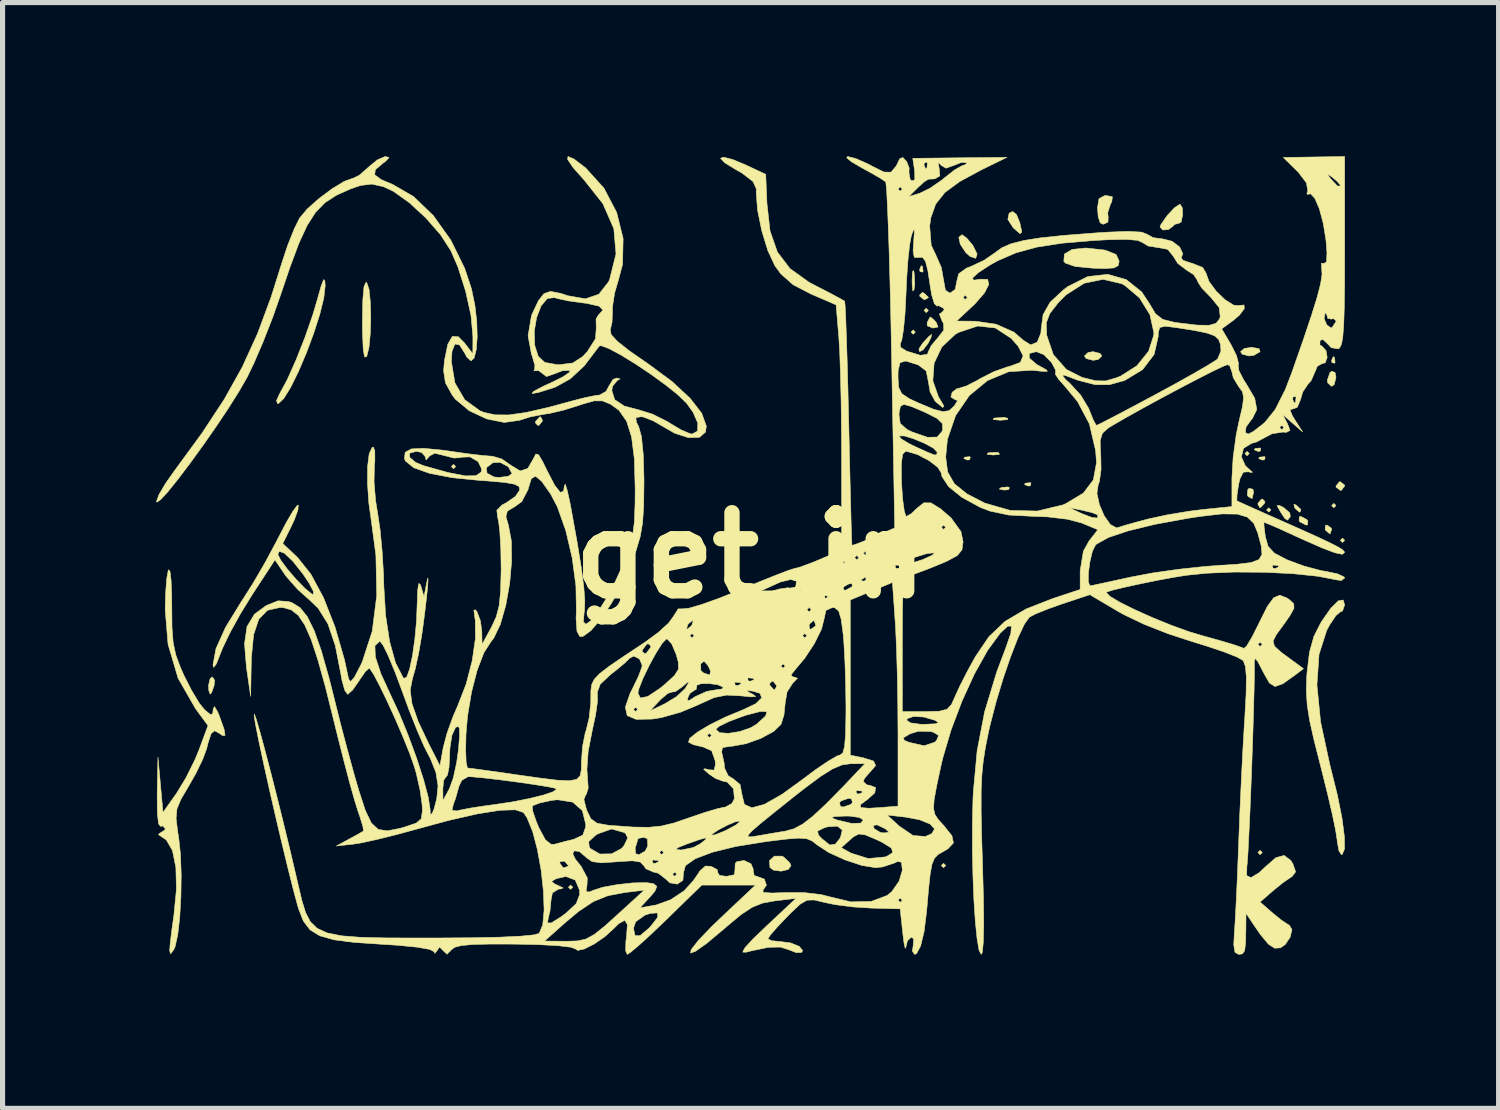
<source format=kicad_pcb>
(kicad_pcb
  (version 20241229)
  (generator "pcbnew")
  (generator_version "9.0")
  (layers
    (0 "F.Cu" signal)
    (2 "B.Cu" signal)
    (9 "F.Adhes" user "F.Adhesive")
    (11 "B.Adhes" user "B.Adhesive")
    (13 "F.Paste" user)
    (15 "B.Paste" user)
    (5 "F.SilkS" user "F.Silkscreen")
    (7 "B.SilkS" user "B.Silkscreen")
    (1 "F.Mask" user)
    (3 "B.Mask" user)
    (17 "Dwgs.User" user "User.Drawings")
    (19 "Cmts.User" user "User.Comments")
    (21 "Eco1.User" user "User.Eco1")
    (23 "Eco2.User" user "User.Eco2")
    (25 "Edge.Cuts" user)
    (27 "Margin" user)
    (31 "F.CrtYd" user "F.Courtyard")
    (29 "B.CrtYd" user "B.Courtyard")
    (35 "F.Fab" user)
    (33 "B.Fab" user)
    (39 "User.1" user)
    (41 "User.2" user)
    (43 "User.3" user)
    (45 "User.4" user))
  (footprint "get_in"
    (layer "F.Cu")
    (at 11.604 7.795)
    (property "Reference" "get_in" (at 0 0 0) (layer "F.SilkS") (effects (font (size 1.524 1.524) (thickness 0.3))))
    (attr through_hole)
    (fp_poly (pts (xy -5.757 -1.736) (xy -5.8 -1.693) (xy -5.842 -1.736) (xy -5.8 -1.778) (xy -5.757 -1.736)) (stroke (width 0.01) (type solid)) (fill yes) (layer "F.SilkS"))
    (fp_poly (pts (xy -3.471 6.477) (xy -3.514 6.519) (xy -3.556 6.477) (xy -3.514 6.435) (xy -3.471 6.477)) (stroke (width 0.01) (type solid)) (fill yes) (layer "F.SilkS"))
    (fp_poly (pts (xy 3.217 -4.36) (xy 3.175 -4.318) (xy 3.133 -4.36) (xy 3.175 -4.403) (xy 3.217 -4.36)) (stroke (width 0.01) (type solid)) (fill yes) (layer "F.SilkS"))
    (fp_poly (pts (xy 3.471 -4.784) (xy 3.429 -4.741) (xy 3.387 -4.784) (xy 3.429 -4.826) (xy 3.471 -4.784)) (stroke (width 0.01) (type solid)) (fill yes) (layer "F.SilkS"))
    (fp_poly (pts (xy 3.81 6.054) (xy 3.768 6.096) (xy 3.725 6.054) (xy 3.768 6.011) (xy 3.81 6.054)) (stroke (width 0.01) (type solid)) (fill yes) (layer "F.SilkS"))
    (fp_poly (pts (xy 9.737 -1.99) (xy 9.694 -1.947) (xy 9.652 -1.99) (xy 9.694 -2.032) (xy 9.737 -1.99)) (stroke (width 0.01) (type solid)) (fill yes) (layer "F.SilkS"))
    (fp_poly (pts (xy 9.991 5.8) (xy 9.948 5.842) (xy 9.906 5.8) (xy 9.948 5.757) (xy 9.991 5.8)) (stroke (width 0.01) (type solid)) (fill yes) (layer "F.SilkS"))
    (fp_poly (pts (xy 10.16 -0.889) (xy 10.118 -0.847) (xy 10.075 -0.889) (xy 10.118 -0.931) (xy 10.16 -0.889)) (stroke (width 0.01) (type solid)) (fill yes) (layer "F.SilkS"))
    (fp_poly (pts (xy 11.43 -0.974) (xy 11.388 -0.931) (xy 11.345 -0.974) (xy 11.388 -1.016) (xy 11.43 -0.974)) (stroke (width 0.01) (type solid)) (fill yes) (layer "F.SilkS"))
    (fp_poly (pts (xy 11.599 -0.296) (xy 11.557 -0.254) (xy 11.515 -0.296) (xy 11.557 -0.339) (xy 11.599 -0.296)) (stroke (width 0.01) (type solid)) (fill yes) (layer "F.SilkS"))
    (fp_poly (pts (xy 3.358 -5.644) (xy 3.369 -5.544) (xy 3.358 -5.532) (xy 3.308 -5.543) (xy 3.302 -5.588) (xy 3.333 -5.658) (xy 3.358 -5.644)) (stroke (width 0.01) (type solid)) (fill yes) (layer "F.SilkS"))
    (fp_poly (pts (xy 4.29 -1.919) (xy 4.278 -1.869) (xy 4.233 -1.863) (xy 4.164 -1.894) (xy 4.177 -1.919) (xy 4.277 -1.929) (xy 4.29 -1.919)) (stroke (width 0.01) (type solid)) (fill yes) (layer "F.SilkS"))
    (fp_poly (pts (xy 4.847 -2.003) (xy 4.858 -1.973) (xy 4.741 -1.961) (xy 4.621 -1.974) (xy 4.636 -2.003) (xy 4.809 -2.015) (xy 4.847 -2.003)) (stroke (width 0.01) (type solid)) (fill yes) (layer "F.SilkS"))
    (fp_poly (pts (xy 5.057 -1.321) (xy 5.032 -1.283) (xy 4.946 -1.277) (xy 4.856 -1.297) (xy 4.895 -1.328) (xy 5.027 -1.338) (xy 5.057 -1.321)) (stroke (width 0.01) (type solid)) (fill yes) (layer "F.SilkS"))
    (fp_poly (pts (xy 5.475 -1.411) (xy 5.463 -1.361) (xy 5.419 -1.355) (xy 5.349 -1.386) (xy 5.362 -1.411) (xy 5.463 -1.421) (xy 5.475 -1.411)) (stroke (width 0.01) (type solid)) (fill yes) (layer "F.SilkS"))
    (fp_poly (pts (xy 9.962 -2.088) (xy 9.951 -2.038) (xy 9.906 -2.032) (xy 9.836 -2.063) (xy 9.85 -2.088) (xy 9.95 -2.099) (xy 9.962 -2.088)) (stroke (width 0.01) (type solid)) (fill yes) (layer "F.SilkS"))
    (fp_poly (pts (xy 10.047 -1.919) (xy 10.035 -1.869) (xy 9.991 -1.863) (xy 9.921 -1.894) (xy 9.934 -1.919) (xy 10.035 -1.929) (xy 10.047 -1.919)) (stroke (width 0.01) (type solid)) (fill yes) (layer "F.SilkS"))
    (fp_poly (pts (xy 11.402 -3.866) (xy 11.412 -3.766) (xy 11.402 -3.754) (xy 11.351 -3.765) (xy 11.345 -3.81) (xy 11.376 -3.88) (xy 11.402 -3.866)) (stroke (width 0.01) (type solid)) (fill yes) (layer "F.SilkS"))
    (fp_poly (pts (xy 9.809 -1.293) (xy 9.821 -1.233) (xy 9.793 -1.11) (xy 9.72 -1.147) (xy 9.698 -1.179) (xy 9.709 -1.288) (xy 9.735 -1.311) (xy 9.809 -1.293)) (stroke (width 0.01) (type solid)) (fill yes) (layer "F.SilkS"))
    (fp_poly (pts (xy 10.655 -0.982) (xy 10.746 -0.897) (xy 10.727 -0.847) (xy 10.715 -0.847) (xy 10.644 -0.907) (xy 10.618 -0.944) (xy 10.608 -1.002) (xy 10.655 -0.982)) (stroke (width 0.01) (type solid)) (fill yes) (layer "F.SilkS"))
    (fp_poly (pts (xy -10.463 2.438) (xy -10.474 2.54) (xy -10.523 2.677) (xy -10.551 2.709) (xy -10.577 2.638) (xy -10.583 2.54) (xy -10.551 2.402) (xy -10.507 2.371) (xy -10.463 2.438)) (stroke (width 0.01) (type solid)) (fill yes) (layer "F.SilkS"))
    (fp_poly (pts (xy -4.065 -2.644) (xy -4.064 -2.625) (xy -4.129 -2.543) (xy -4.154 -2.54) (xy -4.204 -2.592) (xy -4.191 -2.625) (xy -4.115 -2.705) (xy -4.101 -2.709) (xy -4.065 -2.644)) (stroke (width 0.01) (type solid)) (fill yes) (layer "F.SilkS"))
    (fp_poly (pts (xy 3.193 -5.524) (xy 3.206 -5.303) (xy 3.191 -5.185) (xy 3.168 -5.165) (xy 3.155 -5.287) (xy 3.154 -5.376) (xy 3.162 -5.54) (xy 3.181 -5.565) (xy 3.193 -5.524)) (stroke (width 0.01) (type solid)) (fill yes) (layer "F.SilkS"))
    (fp_poly (pts (xy 3.387 -5.122) (xy 3.467 -5.046) (xy 3.471 -5.033) (xy 3.406 -4.996) (xy 3.387 -4.995) (xy 3.305 -5.06) (xy 3.302 -5.085) (xy 3.354 -5.136) (xy 3.387 -5.122)) (stroke (width 0.01) (type solid)) (fill yes) (layer "F.SilkS"))
    (fp_poly (pts (xy 3.522 -4.255) (xy 3.471 -4.149) (xy 3.368 -4.015) (xy 3.3 -3.979) (xy 3.287 -4.032) (xy 3.364 -4.149) (xy 3.481 -4.275) (xy 3.535 -4.318) (xy 3.522 -4.255)) (stroke (width 0.01) (type solid)) (fill yes) (layer "F.SilkS"))
    (fp_poly (pts (xy 3.578 -4.602) (xy 3.626 -4.548) (xy 3.661 -4.461) (xy 3.561 -4.439) (xy 3.449 -4.484) (xy 3.448 -4.548) (xy 3.5 -4.647) (xy 3.512 -4.657) (xy 3.578 -4.602)) (stroke (width 0.01) (type solid)) (fill yes) (layer "F.SilkS"))
    (fp_poly (pts (xy 5.018 -2.68) (xy 5.021 -2.652) (xy 4.888 -2.641) (xy 4.868 -2.641) (xy 4.737 -2.653) (xy 4.75 -2.679) (xy 4.764 -2.683) (xy 4.949 -2.696) (xy 5.018 -2.68)) (stroke (width 0.01) (type solid)) (fill yes) (layer "F.SilkS"))
    (fp_poly (pts (xy 6.826 -3.944) (xy 6.858 -3.895) (xy 6.787 -3.826) (xy 6.689 -3.81) (xy 6.551 -3.845) (xy 6.519 -3.895) (xy 6.59 -3.963) (xy 6.689 -3.979) (xy 6.826 -3.944)) (stroke (width 0.01) (type solid)) (fill yes) (layer "F.SilkS"))
    (fp_poly (pts (xy 9.928 -4.037) (xy 9.948 -3.979) (xy 9.829 -3.908) (xy 9.732 -3.895) (xy 9.597 -3.931) (xy 9.567 -3.979) (xy 9.64 -4.042) (xy 9.784 -4.064) (xy 9.928 -4.037)) (stroke (width 0.01) (type solid)) (fill yes) (layer "F.SilkS"))
    (fp_poly (pts (xy 10.046 -1.049) (xy 10.033 -1.016) (xy 9.957 -0.935) (xy 9.943 -0.931) (xy 9.907 -0.997) (xy 9.906 -1.016) (xy 9.971 -1.097) (xy 9.996 -1.101) (xy 10.046 -1.049)) (stroke (width 0.01) (type solid)) (fill yes) (layer "F.SilkS"))
    (fp_poly (pts (xy 10.412 -0.932) (xy 10.529 -0.831) (xy 10.538 -0.758) (xy 10.485 -0.689) (xy 10.432 -0.721) (xy 10.346 -0.852) (xy 10.279 -0.973) (xy 10.326 -0.976) (xy 10.412 -0.932)) (stroke (width 0.01) (type solid)) (fill yes) (layer "F.SilkS"))
    (fp_poly (pts (xy 10.862 -0.7) (xy 10.88 -0.677) (xy 10.876 -0.599) (xy 10.847 -0.593) (xy 10.728 -0.654) (xy 10.71 -0.677) (xy 10.714 -0.755) (xy 10.743 -0.762) (xy 10.862 -0.7)) (stroke (width 0.01) (type solid)) (fill yes) (layer "F.SilkS"))
    (fp_poly (pts (xy 11.342 -0.531) (xy 11.345 -0.508) (xy 11.316 -0.426) (xy 11.308 -0.423) (xy 11.236 -0.483) (xy 11.218 -0.508) (xy 11.225 -0.586) (xy 11.256 -0.593) (xy 11.342 -0.531)) (stroke (width 0.01) (type solid)) (fill yes) (layer "F.SilkS"))
    (fp_poly (pts (xy 11.412 -3.572) (xy 11.43 -3.476) (xy 11.395 -3.336) (xy 11.345 -3.302) (xy 11.269 -3.37) (xy 11.261 -3.424) (xy 11.312 -3.568) (xy 11.345 -3.598) (xy 11.412 -3.572)) (stroke (width 0.01) (type solid)) (fill yes) (layer "F.SilkS"))
    (fp_poly (pts (xy 11.597 -1.375) (xy 11.599 -1.355) (xy 11.535 -1.272) (xy 11.515 -1.27) (xy 11.432 -1.334) (xy 11.43 -1.355) (xy 11.494 -1.437) (xy 11.515 -1.439) (xy 11.597 -1.375)) (stroke (width 0.01) (type solid)) (fill yes) (layer "F.SilkS"))
    (fp_poly (pts (xy 4.218 -6.199) (xy 4.339 -6.056) (xy 4.424 -5.884) (xy 4.396 -5.802) (xy 4.284 -5.839) (xy 4.202 -5.914) (xy 4.094 -6.077) (xy 4.066 -6.211) (xy 4.128 -6.263) (xy 4.218 -6.199)) (stroke (width 0.01) (type solid)) (fill yes) (layer "F.SilkS"))
    (fp_poly (pts (xy 5.192 -6.656) (xy 5.257 -6.498) (xy 5.296 -6.315) (xy 5.263 -6.281) (xy 5.143 -6.384) (xy 5.125 -6.402) (xy 5.023 -6.562) (xy 5.049 -6.683) (xy 5.118 -6.716) (xy 5.192 -6.656)) (stroke (width 0.01) (type solid)) (fill yes) (layer "F.SilkS"))
    (fp_poly (pts (xy 0.644 5.886) (xy 0.764 5.999) (xy 0.79 6.054) (xy 0.737 6.131) (xy 0.597 6.164) (xy 0.448 6.144) (xy 0.379 6.093) (xy 0.368 5.96) (xy 0.465 5.87) (xy 0.611 5.87) (xy 0.644 5.886)) (stroke (width 0.01) (type solid)) (fill yes) (layer "F.SilkS"))
    (fp_poly (pts (xy 7.064 -7.005) (xy 7.053 -6.908) (xy 7.026 -6.856) (xy 6.973 -6.691) (xy 6.982 -6.608) (xy 6.978 -6.509) (xy 6.888 -6.466) (xy 6.827 -6.493) (xy 6.788 -6.61) (xy 6.773 -6.787) (xy 6.803 -6.966) (xy 6.913 -7.026) (xy 6.946 -7.027) (xy 7.064 -7.005)) (stroke (width 0.01) (type solid)) (fill yes) (layer "F.SilkS"))
    (fp_poly (pts (xy 6.898 -5.965) (xy 6.932 -5.958) (xy 7.137 -5.877) (xy 7.197 -5.746) (xy 7.178 -5.659) (xy 7.095 -5.614) (xy 6.911 -5.602) (xy 6.679 -5.609) (xy 6.334 -5.643) (xy 6.147 -5.708) (xy 6.116 -5.745) (xy 6.128 -5.886) (xy 6.279 -5.975) (xy 6.544 -6.003) (xy 6.898 -5.965)) (stroke (width 0.01) (type solid)) (fill yes) (layer "F.SilkS"))
    (fp_poly (pts (xy 8.43 -6.786) (xy 8.437 -6.654) (xy 8.408 -6.513) (xy 8.367 -6.487) (xy 8.277 -6.463) (xy 8.256 -6.436) (xy 8.157 -6.361) (xy 8.047 -6.355) (xy 7.995 -6.413) (xy 8.009 -6.456) (xy 8.134 -6.636) (xy 8.276 -6.788) (xy 8.382 -6.858) (xy 8.386 -6.858) (xy 8.43 -6.786)) (stroke (width 0.01) (type solid)) (fill yes) (layer "F.SilkS"))
    (fp_poly (pts (xy -7.493 -5.325) (xy -7.449 -5.197) (xy -7.424 -4.954) (xy -7.415 -4.648) (xy -7.424 -4.333) (xy -7.45 -4.062) (xy -7.493 -3.888) (xy -7.498 -3.879) (xy -7.537 -3.876) (xy -7.563 -4.032) (xy -7.576 -4.352) (xy -7.578 -4.574) (xy -7.57 -4.995) (xy -7.547 -5.248) (xy -7.508 -5.333) (xy -7.493 -5.325)) (stroke (width 0.01) (type solid)) (fill yes) (layer "F.SilkS"))
    (fp_poly (pts (xy -8.312 -5.365) (xy -8.305 -5.268) (xy -8.331 -5.031) (xy -8.41 -4.71) (xy -8.528 -4.341) (xy -8.671 -3.957) (xy -8.826 -3.593) (xy -8.978 -3.284) (xy -9.114 -3.063) (xy -9.219 -2.965) (xy -9.232 -2.963) (xy -9.256 -3.022) (xy -9.196 -3.154) (xy -9.047 -3.43) (xy -8.875 -3.815) (xy -8.701 -4.255) (xy -8.548 -4.694) (xy -8.459 -4.995) (xy -8.382 -5.267) (xy -8.335 -5.387) (xy -8.312 -5.365)) (stroke (width 0.01) (type solid)) (fill yes) (layer "F.SilkS"))
    (fp_poly (pts (xy 11.599 0.967) (xy 11.557 1.084) (xy 11.516 1.101) (xy 11.432 1.17) (xy 11.313 1.345) (xy 11.25 1.46) (xy 11.099 1.93) (xy 11.058 2.526) (xy 11.129 3.247) (xy 11.311 4.091) (xy 11.331 4.169) (xy 11.459 4.685) (xy 11.548 5.132) (xy 11.594 5.488) (xy 11.597 5.73) (xy 11.551 5.838) (xy 11.536 5.842) (xy 11.488 5.767) (xy 11.454 5.585) (xy 11.452 5.553) (xy 11.423 5.367) (xy 11.359 5.057) (xy 11.267 4.661) (xy 11.157 4.219) (xy 11.125 4.093) (xy 10.999 3.596) (xy 10.915 3.219) (xy 10.868 2.919) (xy 10.851 2.656) (xy 10.858 2.385) (xy 10.864 2.297) (xy 10.912 1.89) (xy 10.998 1.581) (xy 11.142 1.298) (xy 11.149 1.288) (xy 11.331 1.027) (xy 11.478 0.884) (xy 11.572 0.87) (xy 11.599 0.967)) (stroke (width 0.01) (type solid)) (fill yes) (layer "F.SilkS"))
    (fp_poly (pts (xy -11.335 0.311) (xy -11.314 0.483) (xy -11.302 0.764) (xy -11.3 0.998) (xy -11.296 1.406) (xy -11.273 1.703) (xy -11.221 1.945) (xy -11.129 2.192) (xy -11.061 2.345) (xy -10.912 2.637) (xy -10.765 2.881) (xy -10.658 3.014) (xy -10.541 3.11) (xy -10.499 3.083) (xy -10.492 2.998) (xy -10.466 2.95) (xy -10.402 3.058) (xy -10.372 3.133) (xy -10.279 3.392) (xy -10.259 3.514) (xy -10.31 3.517) (xy -10.364 3.478) (xy -10.462 3.423) (xy -10.53 3.474) (xy -10.592 3.658) (xy -10.618 3.768) (xy -10.694 3.975) (xy -10.83 4.256) (xy -10.966 4.496) (xy -11.12 4.758) (xy -11.199 4.946) (xy -11.216 5.132) (xy -11.186 5.385) (xy -11.165 5.512) (xy -11.13 5.84) (xy -11.116 6.239) (xy -11.122 6.664) (xy -11.145 7.069) (xy -11.184 7.41) (xy -11.237 7.643) (xy -11.258 7.69) (xy -11.323 7.779) (xy -11.341 7.718) (xy -11.341 7.705) (xy -11.329 7.559) (xy -11.298 7.303) (xy -11.259 7.027) (xy -11.21 6.523) (xy -11.22 6.092) (xy -11.287 5.761) (xy -11.406 5.555) (xy -11.46 5.518) (xy -11.559 5.451) (xy -11.536 5.424) (xy -11.437 5.362) (xy -11.43 5.329) (xy -11.482 5.278) (xy -11.515 5.292) (xy -11.558 5.242) (xy -11.582 5.034) (xy -11.585 4.678) (xy -11.585 4.64) (xy -11.57 3.937) (xy -11.472 5.017) (xy -11.209 4.646) (xy -11.025 4.344) (xy -10.847 3.986) (xy -10.77 3.799) (xy -10.593 3.322) (xy -10.835 2.993) (xy -11.177 2.397) (xy -11.373 1.734) (xy -11.429 1.058) (xy -11.42 0.727) (xy -11.399 0.456) (xy -11.37 0.295) (xy -11.362 0.278) (xy -11.335 0.311)) (stroke (width 0.01) (type solid)) (fill yes) (layer "F.SilkS"))
    (fp_poly (pts (xy -3.449 -7.741) (xy -3.225 -7.571) (xy -3.222 -7.569) (xy -2.862 -7.171) (xy -2.614 -6.697) (xy -2.488 -6.188) (xy -2.499 -5.683) (xy -2.572 -5.407) (xy -2.655 -5.121) (xy -2.696 -4.853) (xy -2.696 -4.784) (xy -2.704 -4.557) (xy -2.739 -4.403) (xy -2.722 -4.314) (xy -2.601 -4.181) (xy -2.359 -3.99) (xy -2.005 -3.745) (xy -1.536 -3.399) (xy -1.182 -3.071) (xy -0.954 -2.777) (xy -0.864 -2.528) (xy -0.879 -2.409) (xy -0.999 -2.306) (xy -1.213 -2.3) (xy -1.482 -2.387) (xy -1.675 -2.498) (xy -1.901 -2.629) (xy -2.093 -2.703) (xy -2.139 -2.709) (xy -2.24 -2.69) (xy -2.228 -2.6) (xy -2.185 -2.519) (xy -2.13 -2.322) (xy -2.095 -1.973) (xy -2.081 -1.489) (xy -2.081 -1.397) (xy -2.087 -0.962) (xy -2.108 -0.639) (xy -2.154 -0.37) (xy -2.234 -0.1) (xy -2.355 0.218) (xy -2.524 0.59) (xy -2.721 0.942) (xy -2.925 1.244) (xy -3.115 1.466) (xy -3.27 1.579) (xy -3.333 1.584) (xy -3.389 1.48) (xy -3.407 1.232) (xy -3.401 1.09) (xy -3.41 0.591) (xy -3.483 0.046) (xy -3.608 -0.487) (xy -3.772 -0.949) (xy -3.904 -1.201) (xy -4.079 -1.449) (xy -4.199 -1.548) (xy -4.28 -1.5) (xy -4.34 -1.309) (xy -4.344 -1.288) (xy -4.466 -1.052) (xy -4.606 -0.951) (xy -4.747 -0.867) (xy -4.776 -0.758) (xy -4.727 -0.589) (xy -4.67 -0.284) (xy -4.665 0.111) (xy -4.703 0.546) (xy -4.779 0.974) (xy -4.886 1.347) (xy -5.015 1.616) (xy -5.066 1.68) (xy -5.206 1.898) (xy -5.338 2.242) (xy -5.448 2.669) (xy -5.526 3.136) (xy -5.556 3.493) (xy -5.562 3.802) (xy -5.553 4.033) (xy -5.53 4.145) (xy -5.523 4.15) (xy -5.418 4.162) (xy -5.184 4.194) (xy -4.86 4.239) (xy -4.614 4.275) (xy -4.119 4.345) (xy -3.768 4.388) (xy -3.535 4.398) (xy -3.396 4.371) (xy -3.328 4.302) (xy -3.304 4.186) (xy -3.302 4.027) (xy -3.281 3.732) (xy -3.228 3.466) (xy -3.21 3.413) (xy -3.152 3.175) (xy -3.12 2.876) (xy -3.119 2.794) (xy -3.118 2.64) (xy -3.102 2.521) (xy -3.051 2.416) (xy -2.943 2.304) (xy -2.757 2.161) (xy -2.473 1.967) (xy -2.331 1.873) (xy -2.117 1.873) (xy -2.065 1.919) (xy -2.032 1.905) (xy -1.95 1.793) (xy -1.947 1.768) (xy -1.999 1.722) (xy -2.032 1.736) (xy -2.114 1.848) (xy -2.117 1.873) (xy -2.331 1.873) (xy -2.07 1.7) (xy -2.063 1.695) (xy -1.887 1.566) (xy -1.185 1.566) (xy -1.143 1.609) (xy -1.101 1.566) (xy 1.016 1.566) (xy 1.058 1.609) (xy 1.101 1.566) (xy 1.058 1.524) (xy 1.016 1.566) (xy -1.101 1.566) (xy -1.143 1.524) (xy -1.185 1.566) (xy -1.887 1.566) (xy -1.8 1.502) (xy -1.725 1.434) (xy -1.249 1.434) (xy -1.238 1.439) (xy -1.16 1.38) (xy -1.143 1.355) (xy 1.143 1.355) (xy 1.15 1.433) (xy 1.18 1.439) (xy 1.267 1.378) (xy 1.27 1.355) (xy 1.241 1.272) (xy 1.233 1.27) (xy 1.16 1.329) (xy 1.143 1.355) (xy -1.143 1.355) (xy -1.121 1.276) (xy -1.133 1.27) (xy -1.21 1.33) (xy -1.228 1.355) (xy -1.249 1.434) (xy -1.725 1.434) (xy -1.599 1.318) (xy -1.498 1.18) (xy -1.496 1.173) (xy -1.422 1.058) (xy 1.101 1.058) (xy 1.143 1.101) (xy 1.185 1.058) (xy 1.143 1.016) (xy 1.101 1.058) (xy -1.422 1.058) (xy -1.412 1.042) (xy -1.323 1.042) (xy -1.201 1.029) (xy -0.958 0.958) (xy -0.724 0.875) (xy 1.044 0.875) (xy 1.056 0.925) (xy 1.101 0.931) (xy 1.17 0.9) (xy 1.157 0.875) (xy 1.101 0.869) (xy 1.947 0.869) (xy 1.947 3.899) (xy 2.201 3.95) (xy 2.402 4.014) (xy 2.442 4.104) (xy 2.328 4.233) (xy 2.222 4.356) (xy 2.201 4.413) (xy 2.27 4.479) (xy 2.328 4.487) (xy 2.442 4.531) (xy 2.425 4.636) (xy 2.286 4.761) (xy 2.146 4.865) (xy 2.15 4.921) (xy 2.307 4.935) (xy 2.498 4.924) (xy 2.879 4.894) (xy 2.879 3.56) (xy 2.983 3.56) (xy 3 3.608) (xy 3.092 3.648) (xy 3.39 3.715) (xy 3.596 3.646) (xy 3.633 3.608) (xy 3.672 3.514) (xy 3.573 3.453) (xy 3.514 3.437) (xy 3.275 3.432) (xy 3.112 3.483) (xy 2.983 3.56) (xy 2.879 3.56) (xy 2.879 3.476) (xy 2.877 3.217) (xy 3.048 3.217) (xy 3.123 3.268) (xy 3.313 3.295) (xy 3.408 3.296) (xy 3.615 3.286) (xy 3.668 3.259) (xy 3.598 3.217) (xy 3.381 3.154) (xy 3.182 3.143) (xy 3.062 3.185) (xy 3.048 3.217) (xy 2.877 3.217) (xy 2.875 2.929) (xy 2.866 2.374) (xy 2.851 1.86) (xy 2.833 1.44) (xy 2.824 1.293) (xy 2.77 0.527) (xy 1.947 0.869) (xy 1.101 0.869) (xy 1.057 0.865) (xy 1.044 0.875) (xy -0.724 0.875) (xy -0.629 0.841) (xy -0.62 0.838) (xy -0.066 0.838) (xy 0.057 0.811) (xy 0.077 0.804) (xy 0.677 0.804) (xy 0.72 0.847) (xy 0.762 0.804) (xy 0.748 0.79) (xy 1.383 0.79) (xy 1.395 0.841) (xy 1.439 0.847) (xy 1.509 0.816) (xy 1.496 0.79) (xy 1.395 0.78) (xy 1.383 0.79) (xy 0.748 0.79) (xy 0.72 0.762) (xy 0.677 0.804) (xy 0.077 0.804) (xy 0.29 0.737) (xy 0.337 0.72) (xy 0.339 0.72) (xy 0.931 0.72) (xy 0.974 0.762) (xy 1.016 0.72) (xy 1.609 0.72) (xy 1.651 0.762) (xy 1.693 0.72) (xy 1.651 0.677) (xy 1.609 0.72) (xy 1.016 0.72) (xy 0.974 0.677) (xy 0.931 0.72) (xy 0.339 0.72) (xy 0.568 0.653) (xy 0.732 0.63) (xy 0.765 0.637) (xy 0.822 0.629) (xy 1.79 0.629) (xy 1.81 0.673) (xy 1.858 0.677) (xy 1.972 0.616) (xy 1.989 0.594) (xy 1.975 0.546) (xy 1.909 0.56) (xy 1.79 0.629) (xy 0.822 0.629) (xy 0.866 0.622) (xy 0.885 0.6) (xy 0.894 0.5) (xy 0.827 0.481) (xy 2.148 0.481) (xy 2.201 0.501) (xy 2.382 0.461) (xy 2.455 0.423) (xy 2.522 0.36) (xy 2.46 0.352) (xy 2.303 0.399) (xy 2.244 0.423) (xy 2.148 0.481) (xy 0.827 0.481) (xy 0.785 0.469) (xy 0.592 0.516) (xy 0.539 0.538) (xy 0.287 0.653) (xy 0.085 0.743) (xy -0.063 0.815) (xy -0.066 0.838) (xy -0.62 0.838) (xy -0.247 0.689) (xy -0.208 0.672) (xy 0.173 0.514) (xy 0.499 0.383) (xy 0.738 0.292) (xy 0.857 0.254) (xy 0.862 0.254) (xy 0.98 0.223) (xy 1.047 0.198) (xy 2.822 0.198) (xy 2.834 0.248) (xy 2.879 0.254) (xy 2.948 0.223) (xy 2.935 0.198) (xy 2.835 0.187) (xy 2.822 0.198) (xy 1.047 0.198) (xy 1.196 0.142) (xy 1.267 0.113) (xy 1.722 0.113) (xy 1.733 0.163) (xy 1.778 0.169) (xy 1.848 0.138) (xy 1.834 0.113) (xy 1.757 0.105) (xy 3.09 0.105) (xy 3.091 0.144) (xy 3.197 0.132) (xy 3.361 0.08) (xy 3.531 0.003) (xy 3.556 -0.011) (xy 3.59 -0.053) (xy 3.467 -0.04) (xy 3.429 -0.033) (xy 3.22 0.032) (xy 3.09 0.105) (xy 1.757 0.105) (xy 1.734 0.103) (xy 1.722 0.113) (xy 1.267 0.113) (xy 1.36 0.074) (xy 1.434 0.042) (xy 2.032 0.042) (xy 2.074 0.085) (xy 2.117 0.042) (xy 2.074 0) (xy 2.032 0.042) (xy 1.434 0.042) (xy 1.631 -0.042) (xy 2.201 -0.042) (xy 2.244 0) (xy 2.286 -0.042) (xy 2.244 -0.085) (xy 2.201 -0.042) (xy 1.631 -0.042) (xy 1.778 -0.106) (xy 1.778 -1.86) (xy 1.775 -2.438) (xy 1.768 -3.003) (xy 1.756 -3.517) (xy 1.742 -3.942) (xy 1.725 -4.239) (xy 1.724 -4.254) (xy 1.67 -4.893) (xy 1.181 -5.104) (xy 0.832 -5.285) (xy 0.593 -5.496) (xy 0.475 -5.657) (xy 0.337 -5.953) (xy 0.218 -6.342) (xy 0.136 -6.748) (xy 0.11 -7.096) (xy 0.113 -7.155) (xy 0.05 -7.299) (xy -0.167 -7.466) (xy -0.277 -7.528) (xy -0.506 -7.668) (xy -0.586 -7.754) (xy -0.529 -7.777) (xy -0.35 -7.731) (xy -0.097 -7.626) (xy 0.296 -7.442) (xy 0.32 -6.875) (xy 0.38 -6.337) (xy 0.524 -5.924) (xy 0.77 -5.601) (xy 1.139 -5.336) (xy 1.264 -5.27) (xy 1.534 -5.131) (xy 1.738 -5.022) (xy 1.835 -4.966) (xy 1.837 -4.965) (xy 1.846 -4.876) (xy 1.858 -4.64) (xy 1.871 -4.278) (xy 1.886 -3.812) (xy 1.901 -3.264) (xy 1.915 -2.656) (xy 1.917 -2.574) (xy 1.931 -1.96) (xy 1.944 -1.405) (xy 1.956 -0.929) (xy 1.966 -0.556) (xy 1.974 -0.305) (xy 1.979 -0.199) (xy 1.98 -0.197) (xy 2.056 -0.219) (xy 2.241 -0.292) (xy 2.252 -0.296) (xy 2.794 -0.296) (xy 2.836 -0.254) (xy 2.879 -0.296) (xy 2.836 -0.339) (xy 2.794 -0.296) (xy 2.252 -0.296) (xy 2.403 -0.36) (xy 2.814 -0.538) (xy 2.814 -0.55) (xy 3.725 -0.55) (xy 3.768 -0.508) (xy 3.81 -0.55) (xy 3.768 -0.593) (xy 3.725 -0.55) (xy 2.814 -0.55) (xy 2.792 -1.794) (xy 2.944 -1.794) (xy 2.946 -1.467) (xy 2.949 -1.397) (xy 2.97 -1.094) (xy 3.001 -0.869) (xy 3.035 -0.765) (xy 3.042 -0.762) (xy 3.141 -0.818) (xy 3.257 -0.929) (xy 3.384 -1.028) (xy 3.522 -1.027) (xy 3.705 -0.915) (xy 3.916 -0.732) (xy 4.108 -0.466) (xy 4.149 -0.268) (xy 4.128 -0.111) (xy 4.038 0.001) (xy 3.839 0.109) (xy 3.747 0.149) (xy 3.473 0.261) (xy 3.235 0.35) (xy 3.154 0.377) (xy 3.082 0.405) (xy 3.03 0.454) (xy 2.997 0.552) (xy 2.977 0.724) (xy 2.967 0.995) (xy 2.964 1.392) (xy 2.963 1.741) (xy 2.963 3.048) (xy 3.419 3.048) (xy 3.685 3.041) (xy 3.836 3.003) (xy 3.923 2.909) (xy 3.984 2.773) (xy 4.083 2.555) (xy 4.234 2.259) (xy 4.387 1.98) (xy 4.653 1.587) (xy 4.971 1.285) (xy 5.381 1.044) (xy 5.897 0.842) (xy 6.435 0.664) (xy 6.435 0.517) (xy 6.594 0.517) (xy 6.628 0.593) (xy 6.629 0.593) (xy 6.718 0.575) (xy 6.933 0.529) (xy 7.237 0.463) (xy 7.413 0.424) (xy 7.846 0.342) (xy 8.363 0.269) (xy 8.878 0.214) (xy 9.081 0.199) (xy 9.102 0.198) (xy 10.188 0.198) (xy 10.2 0.248) (xy 10.245 0.254) (xy 10.314 0.223) (xy 10.301 0.198) (xy 10.201 0.187) (xy 10.188 0.198) (xy 9.102 0.198) (xy 9.5 0.171) (xy 9.775 0.138) (xy 9.928 0.079) (xy 9.985 -0.023) (xy 9.97 -0.188) (xy 9.905 -0.433) (xy 9.903 -0.438) (xy 9.826 -0.627) (xy 9.7 -0.749) (xy 9.501 -0.808) (xy 9.201 -0.811) (xy 8.776 -0.762) (xy 8.542 -0.726) (xy 7.897 -0.608) (xy 7.375 -0.481) (xy 6.99 -0.352) (xy 6.757 -0.223) (xy 6.735 -0.204) (xy 6.674 -0.081) (xy 6.626 0.12) (xy 6.596 0.34) (xy 6.594 0.517) (xy 6.435 0.517) (xy 6.435 0.301) (xy 6.498 -0.083) (xy 6.608 -0.282) (xy 6.781 -0.502) (xy 6.471 -0.632) (xy 6.19 -0.707) (xy 5.805 -0.753) (xy 5.514 -0.764) (xy 5.042 -0.789) (xy 4.673 -0.867) (xy 4.487 -0.938) (xy 4.126 -1.135) (xy 3.867 -1.344) (xy 3.736 -1.543) (xy 3.725 -1.608) (xy 3.655 -1.722) (xy 3.482 -1.854) (xy 3.352 -1.922) (xy 3.81 -1.922) (xy 3.848 -1.631) (xy 3.979 -1.401) (xy 4.229 -1.2) (xy 4.572 -1.023) (xy 5.07 -0.88) (xy 5.599 -0.867) (xy 5.871 -0.932) (xy 6.223 -0.932) (xy 6.477 -0.813) (xy 6.665 -0.742) (xy 6.778 -0.731) (xy 6.78 -0.782) (xy 6.766 -0.797) (xy 6.666 -0.837) (xy 6.477 -0.883) (xy 6.223 -0.932) (xy 5.871 -0.932) (xy 6.094 -0.986) (xy 6.153 -1.011) (xy 6.487 -1.212) (xy 6.763 -1.212) (xy 6.811 -0.992) (xy 6.906 -0.772) (xy 7.025 -0.604) (xy 7.144 -0.539) (xy 7.168 -0.544) (xy 7.311 -0.589) (xy 7.558 -0.658) (xy 7.771 -0.714) (xy 8.13 -0.792) (xy 8.549 -0.862) (xy 8.826 -0.897) (xy 9.398 -0.955) (xy 9.398 -1.509) (xy 9.422 -1.915) (xy 9.482 -2.357) (xy 9.533 -2.603) (xy 9.603 -2.9) (xy 9.626 -3.081) (xy 9.604 -3.196) (xy 9.535 -3.291) (xy 9.533 -3.293) (xy 9.425 -3.469) (xy 9.398 -3.584) (xy 9.355 -3.705) (xy 9.31 -3.725) (xy 9.212 -3.687) (xy 8.997 -3.583) (xy 8.699 -3.431) (xy 8.348 -3.247) (xy 7.977 -3.049) (xy 7.618 -2.853) (xy 7.302 -2.676) (xy 7.061 -2.536) (xy 6.976 -2.483) (xy 6.869 -2.385) (xy 6.826 -2.242) (xy 6.834 -1.996) (xy 6.838 -1.958) (xy 6.843 -1.679) (xy 6.812 -1.447) (xy 6.787 -1.38) (xy 6.763 -1.212) (xy 6.487 -1.212) (xy 6.498 -1.218) (xy 6.692 -1.474) (xy 6.754 -1.811) (xy 6.737 -2.047) (xy 6.615 -2.569) (xy 6.384 -3.005) (xy 6.155 -3.281) (xy 6.012 -3.444) (xy 5.964 -3.519) (xy 6.083 -3.519) (xy 6.156 -3.431) (xy 6.24 -3.355) (xy 6.446 -3.13) (xy 6.6 -2.874) (xy 6.617 -2.832) (xy 6.693 -2.642) (xy 6.748 -2.544) (xy 6.754 -2.54) (xy 6.836 -2.578) (xy 7.039 -2.682) (xy 7.339 -2.839) (xy 7.707 -3.035) (xy 7.901 -3.139) (xy 8.301 -3.356) (xy 8.652 -3.553) (xy 8.925 -3.711) (xy 9.089 -3.814) (xy 9.12 -3.838) (xy 9.184 -3.993) (xy 9.175 -4.123) (xy 9.137 -4.22) (xy 9.059 -4.289) (xy 8.909 -4.343) (xy 8.654 -4.395) (xy 8.319 -4.448) (xy 8.094 -4.475) (xy 7.99 -4.451) (xy 7.96 -4.353) (xy 7.959 -4.275) (xy 7.879 -3.924) (xy 7.654 -3.628) (xy 7.308 -3.419) (xy 7.296 -3.414) (xy 7.009 -3.335) (xy 6.726 -3.335) (xy 6.392 -3.421) (xy 6.138 -3.517) (xy 6.083 -3.519) (xy 5.964 -3.519) (xy 5.948 -3.542) (xy 5.954 -3.556) (xy 5.957 -3.616) (xy 5.881 -3.761) (xy 5.877 -3.768) (xy 5.727 -3.921) (xy 5.578 -3.979) (xy 5.44 -3.943) (xy 5.444 -3.852) (xy 5.585 -3.731) (xy 5.651 -3.694) (xy 5.782 -3.621) (xy 5.793 -3.592) (xy 5.664 -3.598) (xy 5.496 -3.616) (xy 5.042 -3.588) (xy 4.626 -3.415) (xy 4.271 -3.122) (xy 4.003 -2.731) (xy 3.844 -2.268) (xy 3.81 -1.922) (xy 3.352 -1.922) (xy 3.266 -1.968) (xy 3.064 -2.029) (xy 3.024 -2.032) (xy 2.969 -1.976) (xy 2.944 -1.794) (xy 2.792 -1.794) (xy 2.782 -2.333) (xy 2.898 -2.333) (xy 2.941 -2.277) (xy 3.099 -2.181) (xy 3.226 -2.12) (xy 3.466 -2.012) (xy 3.589 -1.963) (xy 3.635 -1.965) (xy 3.641 -2.009) (xy 3.641 -2.023) (xy 3.57 -2.096) (xy 3.398 -2.189) (xy 3.187 -2.277) (xy 3 -2.334) (xy 2.898 -2.334) (xy 2.898 -2.333) (xy 2.782 -2.333) (xy 2.774 -2.747) (xy 2.898 -2.747) (xy 2.922 -2.578) (xy 3.057 -2.459) (xy 3.154 -2.412) (xy 3.454 -2.308) (xy 3.643 -2.312) (xy 3.741 -2.426) (xy 3.75 -2.455) (xy 3.746 -2.573) (xy 3.642 -2.676) (xy 3.41 -2.794) (xy 3.144 -2.907) (xy 2.995 -2.949) (xy 2.927 -2.914) (xy 2.902 -2.799) (xy 2.898 -2.747) (xy 2.774 -2.747) (xy 2.761 -3.482) (xy 2.879 -3.482) (xy 2.89 -3.284) (xy 2.952 -3.16) (xy 3.103 -3.059) (xy 3.281 -2.977) (xy 3.574 -2.855) (xy 3.759 -2.807) (xy 3.879 -2.829) (xy 3.977 -2.918) (xy 3.979 -2.921) (xy 4.041 -3.023) (xy 3.983 -3.048) (xy 3.911 -3.094) (xy 3.936 -3.186) (xy 4.031 -3.257) (xy 4.071 -3.265) (xy 4.216 -3.31) (xy 4.426 -3.418) (xy 4.487 -3.455) (xy 4.755 -3.591) (xy 5.024 -3.685) (xy 5.059 -3.692) (xy 5.267 -3.769) (xy 5.321 -3.898) (xy 5.224 -4.087) (xy 5.087 -4.24) (xy 4.781 -4.441) (xy 4.437 -4.48) (xy 4.064 -4.356) (xy 3.998 -4.318) (xy 3.735 -4.072) (xy 3.584 -3.754) (xy 3.559 -3.411) (xy 3.67 -3.093) (xy 3.688 -3.067) (xy 3.776 -2.916) (xy 3.752 -2.889) (xy 3.625 -2.992) (xy 3.604 -3.012) (xy 3.506 -3.192) (xy 3.471 -3.395) (xy 3.429 -3.603) (xy 3.274 -3.72) (xy 3.254 -3.727) (xy 3.03 -3.797) (xy 2.918 -3.764) (xy 2.881 -3.606) (xy 2.879 -3.482) (xy 2.761 -3.482) (xy 2.754 -3.889) (xy 2.749 -4.132) (xy 2.923 -4.132) (xy 2.928 -4.064) (xy 3.05 -3.989) (xy 3.316 -3.908) (xy 3.453 -3.928) (xy 3.471 -3.979) (xy 3.526 -4.095) (xy 3.653 -4.246) (xy 3.773 -4.399) (xy 3.768 -4.528) (xy 3.741 -4.577) (xy 4.022 -4.577) (xy 4.386 -4.574) (xy 4.794 -4.515) (xy 5.143 -4.36) (xy 5.325 -4.202) (xy 5.47 -4.111) (xy 5.597 -4.165) (xy 5.668 -4.341) (xy 5.673 -4.417) (xy 5.69 -4.543) (xy 5.774 -4.543) (xy 5.78 -4.322) (xy 5.783 -4.296) (xy 5.911 -3.922) (xy 6.165 -3.633) (xy 6.472 -3.477) (xy 6.738 -3.411) (xy 6.932 -3.407) (xy 7.139 -3.468) (xy 7.228 -3.503) (xy 7.544 -3.705) (xy 7.771 -3.987) (xy 7.872 -4.301) (xy 7.874 -4.351) (xy 7.797 -4.702) (xy 7.593 -5.03) (xy 7.302 -5.276) (xy 7.243 -5.307) (xy 6.883 -5.391) (xy 6.514 -5.315) (xy 6.159 -5.088) (xy 6.01 -4.938) (xy 5.842 -4.723) (xy 5.774 -4.543) (xy 5.69 -4.543) (xy 5.712 -4.703) (xy 5.85 -4.946) (xy 6.113 -5.189) (xy 6.198 -5.252) (xy 6.585 -5.446) (xy 6.975 -5.489) (xy 7.336 -5.386) (xy 7.637 -5.145) (xy 7.78 -4.929) (xy 7.906 -4.719) (xy 8.047 -4.609) (xy 8.272 -4.553) (xy 8.347 -4.542) (xy 8.717 -4.498) (xy 8.953 -4.494) (xy 9.089 -4.533) (xy 9.157 -4.62) (xy 9.17 -4.662) (xy 9.148 -4.843) (xy 8.981 -5.046) (xy 8.968 -5.057) (xy 8.809 -5.222) (xy 8.725 -5.355) (xy 8.721 -5.377) (xy 8.652 -5.482) (xy 8.516 -5.569) (xy 8.339 -5.704) (xy 8.257 -5.837) (xy 8.146 -5.976) (xy 7.958 -6.011) (xy 7.762 -6.042) (xy 7.655 -6.108) (xy 7.561 -6.152) (xy 7.34 -6.171) (xy 6.976 -6.164) (xy 6.697 -6.149) (xy 6.076 -6.096) (xy 5.584 -6.019) (xy 5.181 -5.908) (xy 4.826 -5.755) (xy 4.678 -5.673) (xy 4.441 -5.518) (xy 4.331 -5.415) (xy 4.357 -5.374) (xy 4.487 -5.394) (xy 4.628 -5.392) (xy 4.653 -5.295) (xy 4.569 -5.128) (xy 4.383 -4.914) (xy 4.339 -4.872) (xy 4.022 -4.577) (xy 3.741 -4.577) (xy 3.737 -4.585) (xy 3.686 -4.714) (xy 3.73 -4.741) (xy 3.78 -4.793) (xy 3.767 -4.827) (xy 3.669 -4.878) (xy 3.64 -4.868) (xy 3.588 -4.916) (xy 3.552 -5.038) (xy 4.149 -5.038) (xy 4.191 -4.995) (xy 4.233 -5.038) (xy 4.191 -5.08) (xy 4.149 -5.038) (xy 3.552 -5.038) (xy 3.536 -5.088) (xy 3.513 -5.227) (xy 3.463 -5.554) (xy 3.416 -5.742) (xy 3.358 -5.821) (xy 3.277 -5.818) (xy 3.268 -5.815) (xy 3.195 -5.822) (xy 3.173 -5.943) (xy 3.184 -6.123) (xy 3.199 -6.326) (xy 3.19 -6.372) (xy 3.151 -6.277) (xy 3.14 -6.246) (xy 3.106 -6.067) (xy 3.073 -5.765) (xy 3.047 -5.388) (xy 3.035 -5.103) (xy 3.016 -4.725) (xy 2.986 -4.412) (xy 2.952 -4.201) (xy 2.923 -4.132) (xy 2.749 -4.132) (xy 2.739 -4.626) (xy 2.723 -5.31) (xy 2.706 -5.922) (xy 2.688 -6.444) (xy 2.671 -6.857) (xy 2.663 -7.007) (xy 3.09 -7.007) (xy 3.302 -7.071) (xy 3.501 -7.168) (xy 3.733 -7.329) (xy 3.792 -7.377) (xy 3.983 -7.527) (xy 4.133 -7.612) (xy 4.166 -7.62) (xy 4.224 -7.651) (xy 4.212 -7.669) (xy 4.11 -7.672) (xy 3.976 -7.618) (xy 3.816 -7.561) (xy 3.718 -7.619) (xy 3.709 -7.632) (xy 3.662 -7.675) (xy 3.681 -7.565) (xy 3.683 -7.556) (xy 3.696 -7.41) (xy 3.597 -7.353) (xy 3.471 -7.346) (xy 3.387 -7.293) (xy 3.26 -7.177) (xy 3.09 -7.007) (xy 2.663 -7.007) (xy 2.656 -7.143) (xy 2.655 -7.154) (xy 2.879 -7.154) (xy 2.921 -7.112) (xy 2.963 -7.154) (xy 2.921 -7.197) (xy 2.879 -7.154) (xy 2.655 -7.154) (xy 2.641 -7.284) (xy 2.638 -7.295) (xy 2.537 -7.364) (xy 2.336 -7.479) (xy 2.168 -7.571) (xy 1.969 -7.687) (xy 1.876 -7.766) (xy 1.897 -7.789) (xy 2.056 -7.749) (xy 2.284 -7.648) (xy 2.377 -7.599) (xy 2.604 -7.486) (xy 2.743 -7.484) (xy 2.847 -7.608) (xy 2.913 -7.747) (xy 2.974 -7.77) (xy 3.048 -7.69) (xy 3.097 -7.565) (xy 3.093 -7.475) (xy 3.116 -7.343) (xy 3.148 -7.314) (xy 3.208 -7.335) (xy 3.204 -7.506) (xy 3.187 -7.62) (xy 3.387 -7.62) (xy 3.418 -7.55) (xy 3.443 -7.564) (xy 3.453 -7.664) (xy 3.443 -7.676) (xy 3.393 -7.665) (xy 3.387 -7.62) (xy 3.187 -7.62) (xy 3.167 -7.754) (xy 4.086 -7.764) (xy 5.005 -7.773) (xy 4.513 -7.532) (xy 4.085 -7.301) (xy 3.794 -7.087) (xy 3.615 -6.861) (xy 3.52 -6.595) (xy 3.497 -6.434) (xy 3.527 -6.057) (xy 3.616 -5.87) (xy 3.726 -5.619) (xy 3.768 -5.38) (xy 3.805 -5.177) (xy 3.895 -5.122) (xy 3.997 -5.196) (xy 4.022 -5.334) (xy 4.063 -5.5) (xy 4.217 -5.61) (xy 4.305 -5.644) (xy 4.559 -5.763) (xy 4.771 -5.909) (xy 4.904 -6.007) (xy 5.083 -6.085) (xy 5.331 -6.149) (xy 5.671 -6.203) (xy 6.125 -6.25) (xy 6.718 -6.296) (xy 6.956 -6.312) (xy 7.369 -6.328) (xy 7.636 -6.313) (xy 7.744 -6.27) (xy 7.861 -6.205) (xy 8.045 -6.181) (xy 8.232 -6.134) (xy 8.378 -6.022) (xy 8.439 -5.891) (xy 8.408 -5.811) (xy 8.443 -5.762) (xy 8.598 -5.71) (xy 8.622 -5.705) (xy 8.827 -5.623) (xy 8.892 -5.514) (xy 8.951 -5.35) (xy 9.091 -5.16) (xy 9.267 -4.991) (xy 9.434 -4.887) (xy 9.522 -4.879) (xy 9.635 -4.891) (xy 9.639 -4.817) (xy 9.545 -4.692) (xy 9.425 -4.59) (xy 9.199 -4.425) (xy 9.384 -4.111) (xy 9.488 -3.902) (xy 9.527 -3.75) (xy 9.521 -3.719) (xy 9.535 -3.608) (xy 9.63 -3.425) (xy 9.669 -3.366) (xy 9.843 -3.071) (xy 9.884 -2.849) (xy 9.797 -2.673) (xy 9.783 -2.659) (xy 9.673 -2.508) (xy 9.662 -2.398) (xy 9.719 -2.371) (xy 9.818 -2.422) (xy 9.916 -2.498) (xy 10.329 -2.498) (xy 10.372 -2.455) (xy 10.414 -2.498) (xy 10.372 -2.54) (xy 10.329 -2.498) (xy 9.916 -2.498) (xy 9.986 -2.552) (xy 10.046 -2.603) (xy 10.245 -2.851) (xy 10.344 -3.048) (xy 10.583 -3.048) (xy 10.614 -2.978) (xy 10.64 -2.992) (xy 10.65 -3.092) (xy 10.64 -3.104) (xy 10.589 -3.093) (xy 10.583 -3.048) (xy 10.344 -3.048) (xy 10.44 -3.239) (xy 10.562 -3.556) (xy 10.783 -4.185) (xy 10.93 -4.623) (xy 11.199 -4.623) (xy 11.25 -4.503) (xy 11.33 -4.444) (xy 11.354 -4.45) (xy 11.429 -4.565) (xy 11.43 -4.582) (xy 11.378 -4.628) (xy 11.345 -4.614) (xy 11.268 -4.628) (xy 11.261 -4.666) (xy 11.234 -4.734) (xy 11.216 -4.725) (xy 11.199 -4.623) (xy 10.93 -4.623) (xy 10.948 -4.675) (xy 11.062 -5.042) (xy 11.13 -5.306) (xy 11.158 -5.484) (xy 11.151 -5.589) (xy 11.147 -5.706) (xy 11.197 -5.702) (xy 11.245 -5.732) (xy 11.254 -5.912) (xy 11.235 -6.152) (xy 11.182 -6.481) (xy 11.106 -6.766) (xy 11.018 -6.971) (xy 10.932 -7.063) (xy 10.888 -7.05) (xy 10.861 -7.059) (xy 10.879 -7.122) (xy 10.853 -7.274) (xy 10.72 -7.45) (xy 11.266 -7.45) (xy 11.287 -7.406) (xy 11.335 -7.345) (xy 11.458 -7.213) (xy 11.513 -7.214) (xy 11.515 -7.229) (xy 11.457 -7.299) (xy 11.367 -7.377) (xy 11.266 -7.45) (xy 10.72 -7.45) (xy 10.698 -7.48) (xy 10.665 -7.512) (xy 10.401 -7.771) (xy 11 -7.78) (xy 11.599 -7.789) (xy 11.599 -5.935) (xy 11.598 -5.316) (xy 11.592 -4.845) (xy 11.581 -4.503) (xy 11.563 -4.271) (xy 11.538 -4.128) (xy 11.503 -4.055) (xy 11.475 -4.034) (xy 11.336 -4.057) (xy 11.269 -4.13) (xy 11.175 -4.217) (xy 11.119 -4.2) (xy 11.115 -4.112) (xy 11.155 -4.088) (xy 11.236 -3.999) (xy 11.258 -3.865) (xy 11.219 -3.761) (xy 11.16 -3.747) (xy 11.065 -3.694) (xy 11.026 -3.598) (xy 10.945 -3.414) (xy 10.881 -3.341) (xy 10.781 -3.193) (xy 10.738 -3.045) (xy 10.673 -2.891) (xy 10.59 -2.862) (xy 10.532 -2.843) (xy 10.58 -2.725) (xy 10.626 -2.65) (xy 10.779 -2.413) (xy 10.584 -2.582) (xy 10.389 -2.752) (xy 10.483 -2.573) (xy 10.533 -2.441) (xy 10.463 -2.405) (xy 10.39 -2.409) (xy 10.18 -2.376) (xy 10.075 -2.321) (xy 9.882 -2.217) (xy 9.78 -2.188) (xy 9.626 -2.093) (xy 9.583 -1.926) (xy 9.661 -1.751) (xy 9.706 -1.709) (xy 9.801 -1.625) (xy 9.759 -1.622) (xy 9.724 -1.634) (xy 9.62 -1.626) (xy 9.553 -1.493) (xy 9.528 -1.382) (xy 9.498 -1.182) (xy 9.495 -1.072) (xy 9.498 -1.066) (xy 9.583 -1.026) (xy 9.784 -0.936) (xy 10.063 -0.811) (xy 10.16 -0.768) (xy 10.669 -0.542) (xy 11.043 -0.374) (xy 11.301 -0.253) (xy 11.466 -0.169) (xy 11.556 -0.113) (xy 11.592 -0.074) (xy 11.596 -0.058) (xy 11.554 -0.023) (xy 11.411 -0.052) (xy 11.153 -0.15) (xy 10.765 -0.321) (xy 10.627 -0.384) (xy 10.346 -0.513) (xy 10.133 -0.606) (xy 10.027 -0.647) (xy 10.022 -0.647) (xy 10.026 -0.565) (xy 10.049 -0.381) (xy 10.053 -0.36) (xy 10.105 -0.177) (xy 10.226 -0.047) (xy 10.46 0.077) (xy 10.487 0.089) (xy 10.806 0.207) (xy 11.137 0.295) (xy 11.239 0.312) (xy 11.459 0.359) (xy 11.586 0.418) (xy 11.599 0.441) (xy 11.533 0.488) (xy 11.451 0.478) (xy 11.077 0.406) (xy 10.584 0.355) (xy 10.023 0.328) (xy 9.444 0.324) (xy 8.897 0.347) (xy 8.509 0.387) (xy 8.254 0.428) (xy 7.941 0.486) (xy 7.613 0.553) (xy 7.31 0.619) (xy 7.076 0.675) (xy 6.952 0.714) (xy 6.943 0.721) (xy 7.017 0.798) (xy 7.215 0.916) (xy 7.503 1.059) (xy 7.847 1.213) (xy 8.21 1.361) (xy 8.558 1.487) (xy 8.808 1.562) (xy 9.149 1.657) (xy 9.425 1.739) (xy 9.596 1.798) (xy 9.633 1.815) (xy 9.687 1.767) (xy 9.705 1.736) (xy 9.906 1.736) (xy 9.948 1.778) (xy 9.991 1.736) (xy 9.948 1.693) (xy 9.906 1.736) (xy 9.705 1.736) (xy 9.788 1.598) (xy 9.916 1.345) (xy 9.932 1.311) (xy 10.088 0.998) (xy 10.213 0.826) (xy 10.332 0.776) (xy 10.47 0.829) (xy 10.529 0.87) (xy 10.606 0.944) (xy 10.61 1.032) (xy 10.528 1.179) (xy 10.408 1.35) (xy 10.266 1.545) (xy 10.202 1.67) (xy 10.229 1.771) (xy 10.36 1.891) (xy 10.607 2.072) (xy 10.626 2.085) (xy 10.795 2.21) (xy 10.626 2.339) (xy 10.39 2.506) (xy 10.24 2.558) (xy 10.131 2.491) (xy 10.02 2.297) (xy 10.003 2.263) (xy 9.9 2.065) (xy 9.849 2.01) (xy 9.835 2.087) (xy 9.836 2.117) (xy 9.837 2.312) (xy 9.831 2.633) (xy 9.82 3.048) (xy 9.806 3.526) (xy 9.788 4.037) (xy 9.769 4.55) (xy 9.749 5.035) (xy 9.729 5.461) (xy 9.712 5.797) (xy 9.697 6.012) (xy 9.69 6.07) (xy 9.686 6.249) (xy 9.77 6.29) (xy 9.931 6.193) (xy 10.036 6.093) (xy 10.255 5.901) (xy 10.418 5.856) (xy 10.548 5.955) (xy 10.59 6.024) (xy 10.642 6.176) (xy 10.573 6.268) (xy 10.55 6.282) (xy 10.394 6.389) (xy 10.198 6.548) (xy 10.181 6.563) (xy 9.948 6.766) (xy 10.189 6.977) (xy 10.369 7.123) (xy 10.503 7.211) (xy 10.518 7.217) (xy 10.57 7.304) (xy 10.535 7.453) (xy 10.439 7.596) (xy 10.348 7.66) (xy 10.234 7.668) (xy 10.111 7.589) (xy 9.952 7.398) (xy 9.811 7.192) (xy 9.673 6.985) (xy 9.671 7.281) (xy 9.665 7.563) (xy 9.647 7.716) (xy 9.605 7.778) (xy 9.531 7.789) (xy 9.458 7.748) (xy 9.434 7.6) (xy 9.445 7.387) (xy 9.46 7.164) (xy 9.479 6.811) (xy 9.5 6.368) (xy 9.52 5.875) (xy 9.531 5.588) (xy 9.553 5.014) (xy 9.581 4.401) (xy 9.611 3.812) (xy 9.64 3.308) (xy 9.649 3.175) (xy 9.675 2.703) (xy 9.68 2.376) (xy 9.662 2.169) (xy 9.621 2.058) (xy 9.614 2.049) (xy 9.493 1.981) (xy 9.248 1.884) (xy 8.916 1.772) (xy 8.629 1.684) (xy 8.152 1.528) (xy 7.68 1.342) (xy 7.282 1.152) (xy 7.186 1.098) (xy 6.624 0.766) (xy 6.085 0.945) (xy 5.793 1.049) (xy 5.561 1.143) (xy 5.443 1.205) (xy 5.345 1.344) (xy 5.218 1.614) (xy 5.077 1.978) (xy 4.931 2.403) (xy 4.795 2.854) (xy 4.68 3.296) (xy 4.643 3.46) (xy 4.584 3.756) (xy 4.542 4.024) (xy 4.515 4.299) (xy 4.502 4.612) (xy 4.502 4.998) (xy 4.512 5.491) (xy 4.529 6.032) (xy 4.547 6.691) (xy 4.552 7.201) (xy 4.544 7.556) (xy 4.524 7.751) (xy 4.503 7.789) (xy 4.461 7.709) (xy 4.423 7.488) (xy 4.389 7.154) (xy 4.361 6.735) (xy 4.342 6.259) (xy 4.331 5.754) (xy 4.331 5.249) (xy 4.342 4.771) (xy 4.349 4.623) (xy 4.424 3.81) (xy 4.57 3.052) (xy 4.805 2.278) (xy 4.985 1.799) (xy 5.082 1.518) (xy 5.093 1.378) (xy 5.02 1.381) (xy 4.874 1.517) (xy 4.629 1.852) (xy 4.373 2.309) (xy 4.129 2.842) (xy 3.915 3.407) (xy 3.752 3.958) (xy 3.719 4.1) (xy 3.634 4.496) (xy 3.585 4.762) (xy 3.572 4.936) (xy 3.598 5.054) (xy 3.663 5.153) (xy 3.768 5.268) (xy 3.932 5.473) (xy 3.961 5.613) (xy 3.853 5.728) (xy 3.757 5.784) (xy 3.66 5.84) (xy 3.591 5.911) (xy 3.543 6.026) (xy 3.507 6.218) (xy 3.475 6.517) (xy 3.438 6.943) (xy 3.389 7.339) (xy 3.321 7.623) (xy 3.241 7.773) (xy 3.202 7.789) (xy 3.159 7.723) (xy 3.175 7.62) (xy 3.183 7.484) (xy 3.138 7.451) (xy 3.063 7.523) (xy 3.034 7.641) (xy 3.019 7.671) (xy 2.995 7.558) (xy 2.971 7.366) (xy 2.921 6.9) (xy 2.36 6.885) (xy 2 6.862) (xy 1.649 6.817) (xy 1.442 6.774) (xy 1.242 6.726) (xy 1.103 6.73) (xy 0.971 6.806) (xy 0.791 6.975) (xy 0.711 7.056) (xy 0.517 7.26) (xy 0.382 7.416) (xy 0.339 7.485) (xy 0.412 7.522) (xy 0.572 7.537) (xy 0.784 7.565) (xy 0.949 7.631) (xy 1.016 7.712) (xy 1 7.749) (xy 0.893 7.755) (xy 0.76 7.703) (xy 0.584 7.646) (xy 0.353 7.65) (xy 0.023 7.718) (xy -0.085 7.746) (xy -0.153 7.744) (xy -0.114 7.664) (xy 0.039 7.497) (xy 0.296 7.249) (xy 0.889 6.694) (xy 0.466 6.745) (xy 0.236 6.787) (xy 0.035 6.867) (xy -0.183 7.01) (xy -0.465 7.244) (xy -0.53 7.3) (xy -0.857 7.574) (xy -1.073 7.727) (xy -1.173 7.764) (xy -1.157 7.693) (xy -1.022 7.52) (xy -0.766 7.252) (xy -0.596 7.088) (xy 0.097 6.435) (xy -0.952 6.435) (xy -1.646 7.112) (xy -1.927 7.381) (xy -2.166 7.599) (xy -2.336 7.743) (xy -2.408 7.789) (xy -2.439 7.716) (xy -2.434 7.531) (xy -2.423 7.451) (xy -2.41 7.279) (xy -2.286 7.279) (xy -2.255 7.423) (xy -2.158 7.423) (xy -1.985 7.278) (xy -1.948 7.239) (xy -1.812 7.063) (xy -1.817 6.978) (xy -1.961 6.989) (xy -2.063 7.023) (xy -2.244 7.152) (xy -2.286 7.279) (xy -2.41 7.279) (xy -2.404 7.21) (xy -2.454 7.123) (xy -2.574 7.188) (xy -2.666 7.28) (xy -2.845 7.443) (xy -3.053 7.586) (xy -3.246 7.683) (xy -3.377 7.711) (xy -3.406 7.688) (xy -3.503 7.649) (xy -3.754 7.619) (xy -4.146 7.598) (xy -4.599 7.588) (xy -5.083 7.587) (xy -5.423 7.595) (xy -5.645 7.616) (xy -5.777 7.65) (xy -5.843 7.701) (xy -5.845 7.705) (xy -5.926 7.786) (xy -6.001 7.716) (xy -6.072 7.643) (xy -6.121 7.716) (xy -6.164 7.77) (xy -6.174 7.739) (xy -6.26 7.692) (xy -6.501 7.649) (xy -6.884 7.611) (xy -7.2 7.591) (xy -7.737 7.555) (xy -7.943 7.528) (xy -4.022 7.528) (xy -3.597 7.532) (xy -3.383 7.526) (xy -3.216 7.49) (xy -3.052 7.4) (xy -2.845 7.235) (xy -2.623 7.035) (xy -2.074 6.534) (xy -2.455 6.581) (xy -2.786 6.643) (xy -3.07 6.758) (xy -3.363 6.954) (xy -3.641 7.188) (xy -4.022 7.528) (xy -7.943 7.528) (xy -8.132 7.504) (xy -8.412 7.425) (xy -8.602 7.308) (xy -8.73 7.139) (xy -8.822 6.906) (xy -8.843 6.836) (xy -8.93 6.512) (xy -9.037 6.087) (xy -9.156 5.594) (xy -9.28 5.067) (xy -9.401 4.54) (xy -9.51 4.047) (xy -9.601 3.623) (xy -9.665 3.3) (xy -9.692 3.133) (xy -9.687 3.097) (xy -9.648 3.206) (xy -9.581 3.437) (xy -9.49 3.77) (xy -9.381 4.185) (xy -9.26 4.659) (xy -9.132 5.173) (xy -9.003 5.705) (xy -8.878 6.235) (xy -8.832 6.433) (xy -8.761 6.734) (xy -8.689 6.97) (xy -8.596 7.15) (xy -8.462 7.28) (xy -8.267 7.369) (xy -7.992 7.425) (xy -7.615 7.455) (xy -7.117 7.467) (xy -6.477 7.469) (xy -6.168 7.469) (xy -5.458 7.464) (xy -4.892 7.452) (xy -4.476 7.432) (xy -4.218 7.406) (xy -4.126 7.377) (xy -4.057 7.211) (xy -4.054 7.174) (xy -3.966 7.174) (xy -3.89 7.174) (xy -3.707 7.06) (xy -3.599 6.98) (xy -3.405 6.798) (xy -3.337 6.623) (xy -3.339 6.535) (xy -3.423 6.337) (xy -3.605 6.268) (xy -3.794 6.31) (xy -3.885 6.362) (xy -3.826 6.413) (xy -3.768 6.438) (xy -3.659 6.491) (xy -3.704 6.511) (xy -3.747 6.513) (xy -3.869 6.588) (xy -3.895 6.724) (xy -3.916 6.943) (xy -3.946 7.063) (xy -3.966 7.174) (xy -4.054 7.174) (xy -4.031 6.923) (xy -4.044 6.556) (xy -4.088 6.151) (xy -4.114 6.006) (xy -3.725 6.006) (xy -3.664 6.093) (xy -3.641 6.096) (xy -3.558 6.067) (xy -3.556 6.059) (xy -3.615 5.986) (xy -3.641 5.969) (xy -3.719 5.976) (xy -3.725 6.006) (xy -4.114 6.006) (xy -4.147 5.826) (xy -3.471 5.826) (xy -3.419 5.932) (xy -3.307 6.071) (xy -3.187 6.296) (xy -3.193 6.435) (xy -3.211 6.566) (xy -3.139 6.568) (xy -3.082 6.541) (xy -2.887 6.478) (xy -2.604 6.426) (xy -2.298 6.393) (xy -2.036 6.387) (xy -1.898 6.407) (xy -1.829 6.461) (xy -1.869 6.558) (xy -1.964 6.668) (xy -2.159 6.88) (xy -1.84 6.823) (xy -1.559 6.721) (xy -1.303 6.551) (xy -1.285 6.534) (xy -1.116 6.347) (xy -1.005 6.186) (xy -0.995 6.164) (xy -0.881 6.063) (xy -0.768 6.07) (xy -0.649 6.135) (xy -0.641 6.19) (xy -0.606 6.246) (xy -0.473 6.265) (xy -0.318 6.234) (xy -0.305 6.147) (xy -0.3 6.013) (xy -0.267 5.977) (xy -0.124 5.956) (xy 0.008 6.019) (xy 0.055 6.13) (xy 0.05 6.149) (xy 0.072 6.251) (xy 0.125 6.265) (xy 0.269 6.319) (xy 0.31 6.436) (xy 0.244 6.534) (xy 0.245 6.577) (xy 0.411 6.591) (xy 0.67 6.582) (xy 1.046 6.582) (xy 1.38 6.621) (xy 1.517 6.657) (xy 1.959 6.763) (xy 2.355 6.755) (xy 2.419 6.731) (xy 2.879 6.731) (xy 2.921 6.773) (xy 2.963 6.731) (xy 2.921 6.689) (xy 2.879 6.731) (xy 2.419 6.731) (xy 2.667 6.638) (xy 2.756 6.566) (xy 2.9 6.359) (xy 2.963 6.147) (xy 2.963 6.139) (xy 2.946 5.989) (xy 2.87 5.975) (xy 2.8 6.008) (xy 2.577 6.081) (xy 2.443 6.096) (xy 2.176 6.053) (xy 1.845 5.944) (xy 1.526 5.799) (xy 1.383 5.705) (xy 1.771 5.705) (xy 1.965 5.813) (xy 2.298 5.917) (xy 2.633 5.885) (xy 2.66 5.875) (xy 2.777 5.8) (xy 2.749 5.712) (xy 2.566 5.598) (xy 2.455 5.546) (xy 2.239 5.455) (xy 2.111 5.438) (xy 2.007 5.494) (xy 1.944 5.549) (xy 1.771 5.705) (xy 1.383 5.705) (xy 1.295 5.647) (xy 1.199 5.572) (xy 1.095 5.53) (xy 0.942 5.519) (xy 0.704 5.537) (xy 0.342 5.581) (xy 0.279 5.59) (xy -0.29 5.682) (xy -0.748 5.795) (xy -1.08 5.921) (xy -1.272 6.056) (xy -1.309 6.192) (xy -1.321 6.343) (xy -1.431 6.417) (xy -1.577 6.391) (xy -1.651 6.321) (xy -1.777 6.223) (xy -1.524 6.223) (xy -1.482 6.265) (xy -1.439 6.223) (xy -1.482 6.181) (xy -1.524 6.223) (xy -1.777 6.223) (xy -1.801 6.204) (xy -1.896 6.181) (xy -2.045 6.116) (xy -2.085 6.056) (xy -2.151 5.986) (xy -2.302 5.961) (xy -2.576 5.977) (xy -2.614 5.981) (xy -2.912 6.001) (xy -3.092 5.977) (xy -3.125 5.955) (xy -1.919 5.955) (xy -1.907 6.005) (xy -1.863 6.011) (xy -1.793 5.98) (xy -1.806 5.955) (xy -1.907 5.945) (xy -1.919 5.955) (xy -3.125 5.955) (xy -3.201 5.903) (xy -3.209 5.894) (xy -3.343 5.78) (xy -3.445 5.767) (xy -3.471 5.826) (xy -4.147 5.826) (xy -4.16 5.749) (xy -4.254 5.392) (xy -4.364 5.122) (xy -4.435 5.018) (xy -4.59 4.966) (xy -4.892 4.975) (xy -5.332 5.045) (xy -5.898 5.174) (xy -6.519 5.343) (xy -6.923 5.453) (xy -7.303 5.547) (xy -7.608 5.613) (xy -7.747 5.635) (xy -8.086 5.672) (xy -7.832 5.534) (xy -7.655 5.437) (xy -7.559 5.381) (xy -7.556 5.378) (xy -7.568 5.296) (xy -7.625 5.107) (xy -7.667 4.987) (xy -7.732 4.776) (xy -7.827 4.439) (xy -7.939 4.013) (xy -8.06 3.536) (xy -8.128 3.26) (xy -8.298 2.577) (xy -8.446 2.044) (xy -8.578 1.643) (xy -8.704 1.357) (xy -8.831 1.169) (xy -8.968 1.062) (xy -9.122 1.019) (xy -9.189 1.016) (xy -9.432 1.07) (xy -9.601 1.243) (xy -9.703 1.548) (xy -9.746 1.998) (xy -9.748 2.069) (xy -9.76 2.752) (xy -9.843 2.179) (xy -9.88 1.723) (xy -9.831 1.388) (xy -9.686 1.146) (xy -9.455 0.977) (xy -9.224 0.885) (xy -9.022 0.899) (xy -8.949 0.924) (xy -8.794 1.02) (xy -8.654 1.195) (xy -8.519 1.469) (xy -8.381 1.859) (xy -8.232 2.385) (xy -8.124 2.811) (xy -8.002 3.3) (xy -7.866 3.814) (xy -7.736 4.287) (xy -7.649 4.586) (xy -7.522 4.977) (xy -7.404 5.224) (xy -7.268 5.35) (xy -7.087 5.376) (xy -6.832 5.325) (xy -6.748 5.3) (xy -6.527 5.225) (xy -6.428 5.139) (xy -6.407 4.985) (xy -6.413 4.864) (xy -6.453 4.579) (xy -6.529 4.244) (xy -6.569 4.108) (xy -6.66 3.853) (xy -6.789 3.535) (xy -6.939 3.187) (xy -7.095 2.846) (xy -7.241 2.545) (xy -7.359 2.321) (xy -7.435 2.208) (xy -7.446 2.201) (xy -7.52 2.267) (xy -7.632 2.427) (xy -7.649 2.455) (xy -7.768 2.625) (xy -7.861 2.708) (xy -7.869 2.709) (xy -7.922 2.634) (xy -7.976 2.443) (xy -7.997 2.324) (xy -8.108 1.758) (xy -8.252 1.335) (xy -8.442 1.03) (xy -8.604 0.875) (xy -8.846 0.658) (xy -9.062 0.413) (xy -9.096 0.366) (xy -9.286 0.086) (xy -9.742 0.784) (xy -9.961 1.141) (xy -10.16 1.501) (xy -10.307 1.806) (xy -10.346 1.905) (xy -10.43 2.117) (xy -10.482 2.186) (xy -10.496 2.135) (xy -10.437 1.819) (xy -10.252 1.407) (xy -9.938 0.894) (xy -9.91 0.853) (xy -9.702 0.523) (xy -9.467 0.119) (xy -9.392 -0.022) (xy -9.229 -0.022) (xy -9.175 0.089) (xy -9.042 0.269) (xy -8.869 0.469) (xy -8.698 0.645) (xy -8.569 0.75) (xy -8.537 0.762) (xy -8.535 0.701) (xy -8.617 0.543) (xy -8.735 0.367) (xy -8.936 0.113) (xy -9.098 -0.042) (xy -9.201 -0.082) (xy -9.229 -0.022) (xy -9.392 -0.022) (xy -9.252 -0.282) (xy -9.22 -0.345) (xy -9.066 -0.641) (xy -8.936 -0.862) (xy -8.851 -0.977) (xy -8.831 -0.985) (xy -8.837 -0.889) (xy -8.907 -0.698) (xy -8.959 -0.585) (xy -9.133 -0.233) (xy -8.843 0.041) (xy -8.584 0.366) (xy -8.336 0.828) (xy -8.114 1.394) (xy -7.929 2.034) (xy -7.847 2.413) (xy -7.809 2.463) (xy -7.734 2.376) (xy -7.612 2.143) (xy -7.58 2.074) (xy -7.479 1.762) (xy -7.334 1.762) (xy -7.326 1.979) (xy -7.214 2.317) (xy -7.041 2.693) (xy -6.862 3.078) (xy -6.683 3.516) (xy -6.518 3.964) (xy -6.383 4.381) (xy -6.292 4.724) (xy -6.259 4.936) (xy -6.249 5.066) (xy -6.216 5.033) (xy -6.189 4.973) (xy -5.829 4.973) (xy -5.745 4.988) (xy -5.665 4.97) (xy -5.465 4.931) (xy -5.242 4.897) (xy -4.263 4.897) (xy -4.25 5.001) (xy -4.181 5.201) (xy -4.132 5.317) (xy -4.006 5.551) (xy -3.892 5.641) (xy -3.826 5.638) (xy -3.636 5.587) (xy -3.16 5.587) (xy -3.149 5.692) (xy -3.126 5.723) (xy -2.942 5.829) (xy -2.712 5.825) (xy -2.514 5.718) (xy -2.505 5.708) (xy -2.253 5.708) (xy -2.245 5.822) (xy -2.178 5.842) (xy -2.106 5.8) (xy -1.778 5.8) (xy -1.736 5.842) (xy -1.693 5.8) (xy -1.736 5.757) (xy -1.778 5.8) (xy -2.106 5.8) (xy -2.057 5.771) (xy -2.041 5.74) (xy -1.456 5.74) (xy -1.355 5.751) (xy -1.119 5.702) (xy -0.979 5.628) (xy -0.871 5.54) (xy -0.87 5.513) (xy -0.995 5.546) (xy -1.228 5.628) (xy -1.418 5.703) (xy -1.456 5.74) (xy -2.041 5.74) (xy -2.007 5.673) (xy -2.014 5.531) (xy -2.082 5.503) (xy -2.19 5.524) (xy -2.201 5.539) (xy -2.228 5.638) (xy -2.253 5.708) (xy -2.505 5.708) (xy -2.468 5.661) (xy -2.398 5.514) (xy -2.424 5.462) (xy -0.762 5.462) (xy -0.757 5.461) (xy -0.048 5.461) (xy -0.041 5.493) (xy 0.031 5.492) (xy 0.127 5.476) (xy 0.395 5.429) (xy 0.678 5.382) (xy 1.307 5.382) (xy 1.327 5.459) (xy 1.393 5.53) (xy 1.548 5.653) (xy 1.658 5.635) (xy 1.754 5.511) (xy 1.791 5.362) (xy 1.697 5.285) (xy 1.502 5.298) (xy 1.43 5.321) (xy 1.307 5.382) (xy 0.678 5.382) (xy 0.685 5.381) (xy 0.686 5.381) (xy 0.847 5.336) (xy 0.967 5.272) (xy 2.396 5.272) (xy 2.413 5.334) (xy 2.534 5.408) (xy 2.608 5.417) (xy 2.703 5.404) (xy 2.642 5.345) (xy 2.625 5.334) (xy 2.47 5.259) (xy 2.396 5.272) (xy 0.967 5.272) (xy 1.018 5.245) (xy 1.182 5.118) (xy 1.581 5.118) (xy 1.666 5.156) (xy 1.693 5.165) (xy 1.974 5.232) (xy 2.152 5.225) (xy 2.201 5.165) (xy 2.126 5.115) (xy 1.937 5.089) (xy 1.841 5.088) (xy 1.634 5.098) (xy 1.581 5.118) (xy 1.182 5.118) (xy 1.222 5.087) (xy 1.242 5.068) (xy 2.667 5.068) (xy 2.905 5.286) (xy 3.172 5.467) (xy 3.412 5.487) (xy 3.539 5.431) (xy 3.592 5.339) (xy 3.504 5.243) (xy 3.3 5.16) (xy 3.03 5.109) (xy 2.667 5.068) (xy 1.242 5.068) (xy 1.482 4.844) (xy 1.5 4.826) (xy 1.736 4.826) (xy 1.754 4.899) (xy 1.81 4.911) (xy 1.957 4.861) (xy 1.99 4.826) (xy 1.971 4.753) (xy 1.915 4.741) (xy 1.769 4.791) (xy 1.736 4.826) (xy 1.5 4.826) (xy 1.722 4.6) (xy 2.06 4.6) (xy 2.072 4.651) (xy 2.117 4.657) (xy 2.186 4.626) (xy 2.173 4.6) (xy 2.073 4.59) (xy 2.06 4.6) (xy 1.722 4.6) (xy 1.821 4.499) (xy 1.984 4.327) (xy 2.233 4.064) (xy 1.942 4.067) (xy 1.784 4.09) (xy 1.602 4.167) (xy 1.365 4.315) (xy 1.047 4.552) (xy 0.847 4.709) (xy 0.458 5.02) (xy 0.188 5.239) (xy 0.024 5.381) (xy -0.048 5.461) (xy -0.757 5.461) (xy -0.695 5.454) (xy -0.528 5.388) (xy -0.467 5.36) (xy -0.288 5.263) (xy -0.204 5.196) (xy -0.205 5.186) (xy -0.292 5.198) (xy -0.456 5.267) (xy -0.629 5.358) (xy -0.746 5.438) (xy -0.762 5.462) (xy -2.424 5.462) (xy -2.44 5.429) (xy -2.469 5.409) (xy -2.712 5.34) (xy -2.98 5.434) (xy -3.033 5.469) (xy -3.16 5.587) (xy -3.636 5.587) (xy -3.635 5.587) (xy -3.45 5.541) (xy -3.275 5.46) (xy -3.219 5.299) (xy -3.217 5.253) (xy -3.284 4.98) (xy -3.474 4.815) (xy -3.769 4.769) (xy -3.889 4.783) (xy -4.111 4.831) (xy -4.247 4.883) (xy -4.263 4.897) (xy -5.242 4.897) (xy -5.176 4.887) (xy -4.995 4.863) (xy -4.644 4.81) (xy -4.421 4.766) (xy -3.254 4.766) (xy -3.201 4.97) (xy -3.117 5.142) (xy -2.996 5.228) (xy -2.779 5.267) (xy -2.713 5.272) (xy -2.295 5.302) (xy -1.991 5.307) (xy -1.745 5.283) (xy -1.503 5.225) (xy -1.21 5.125) (xy -1.201 5.122) (xy -0.896 5.018) (xy -0.643 4.943) (xy -0.493 4.911) (xy -0.486 4.911) (xy -0.362 4.84) (xy -0.316 4.748) (xy -0.333 4.555) (xy -0.457 4.424) (xy -0.551 4.403) (xy -0.684 4.353) (xy -0.809 4.269) (xy -0.916 4.175) (xy -0.891 4.163) (xy -0.82 4.184) (xy -0.712 4.19) (xy -0.686 4.086) (xy -0.693 4) (xy -0.749 3.842) (xy -0.566 3.842) (xy -0.559 3.859) (xy -0.514 4.063) (xy -0.508 4.15) (xy -0.437 4.3) (xy -0.339 4.36) (xy -0.204 4.472) (xy -0.169 4.662) (xy -0.121 4.86) (xy 0.025 4.926) (xy 0.271 4.859) (xy 0.618 4.661) (xy 0.974 4.403) (xy 1.266 4.185) (xy 1.518 4.014) (xy 1.693 3.913) (xy 1.747 3.895) (xy 1.8 3.859) (xy 1.835 3.734) (xy 1.855 3.497) (xy 1.862 3.122) (xy 1.863 2.976) (xy 1.857 2.53) (xy 1.843 2.083) (xy 1.822 1.702) (xy 1.808 1.536) (xy 1.769 1.244) (xy 1.72 1.084) (xy 1.646 1.022) (xy 1.597 1.016) (xy 1.471 1.074) (xy 1.439 1.224) (xy 1.386 1.437) (xy 1.248 1.718) (xy 1.056 2.01) (xy 0.876 2.223) (xy 0.788 2.334) (xy 0.827 2.372) (xy 0.853 2.373) (xy 0.916 2.398) (xy 0.835 2.481) (xy 0.826 2.489) (xy 0.713 2.663) (xy 0.677 2.872) (xy 0.652 3.115) (xy 0.595 3.297) (xy 0.452 3.435) (xy 0.204 3.57) (xy -0.087 3.675) (xy -0.359 3.724) (xy -0.392 3.725) (xy -0.547 3.751) (xy -0.566 3.842) (xy -0.749 3.842) (xy -0.758 3.814) (xy -0.924 3.74) (xy -0.931 3.739) (xy -1.12 3.693) (xy -1.212 3.645) (xy -1.188 3.57) (xy -1.118 3.514) (xy -0.847 3.514) (xy -0.804 3.556) (xy -0.762 3.514) (xy -0.804 3.471) (xy -0.847 3.514) (xy -1.118 3.514) (xy -1.038 3.45) (xy -0.944 3.394) (xy -0.677 3.394) (xy -0.607 3.46) (xy -0.434 3.473) (xy -0.212 3.438) (xy 0.004 3.363) (xy 0.116 3.296) (xy 0.293 3.135) (xy 0.319 3.051) (xy 0.196 3.045) (xy -0.075 3.115) (xy -0.169 3.146) (xy -0.432 3.246) (xy -0.616 3.337) (xy -0.677 3.394) (xy -0.944 3.394) (xy -0.794 3.305) (xy -0.489 3.154) (xy -0.152 3.015) (xy -0.144 3.012) (xy 0.104 2.893) (xy 0.217 2.781) (xy 0.185 2.692) (xy 0.035 2.647) (xy -0.074 2.638) (xy -0.033 2.671) (xy 0.042 2.708) (xy 0.101 2.753) (xy 0.013 2.761) (xy -0.189 2.741) (xy -0.467 2.726) (xy -0.708 2.774) (xy -0.996 2.903) (xy -1.028 2.919) (xy -1.368 3.061) (xy -1.743 3.166) (xy -1.916 3.194) (xy -2.235 3.2) (xy -2.409 3.126) (xy -2.435 3.006) (xy -2.286 3.006) (xy -2.244 3.048) (xy -2.231 3.035) (xy -1.965 3.035) (xy -1.669 2.893) (xy -1.581 2.839) (xy -1.238 2.839) (xy -1.177 2.82) (xy -1.081 2.756) (xy -0.857 2.654) (xy -0.687 2.625) (xy -0.552 2.606) (xy -0.536 2.569) (xy -0.644 2.523) (xy -0.81 2.501) (xy -0.968 2.504) (xy -1.052 2.535) (xy -1.05 2.554) (xy -1.065 2.622) (xy -1.087 2.625) (xy -1.183 2.692) (xy -1.217 2.756) (xy -1.238 2.839) (xy -1.581 2.839) (xy -1.445 2.756) (xy -1.282 2.603) (xy -1.267 2.582) (xy -1.209 2.484) (xy -0.31 2.484) (xy -0.299 2.534) (xy -0.254 2.54) (xy -0.184 2.509) (xy -0.185 2.507) (xy 0.368 2.507) (xy 0.381 2.54) (xy 0.457 2.621) (xy 0.471 2.625) (xy 0.507 2.559) (xy 0.508 2.54) (xy 0.443 2.459) (xy 0.418 2.455) (xy 0.368 2.507) (xy -0.185 2.507) (xy -0.198 2.484) (xy -0.298 2.473) (xy -0.31 2.484) (xy -1.209 2.484) (xy -1.2 2.468) (xy -1.231 2.476) (xy -1.328 2.561) (xy -1.466 2.657) (xy -1.538 2.668) (xy -1.617 2.693) (xy -1.754 2.811) (xy -1.772 2.83) (xy -1.965 3.035) (xy -2.231 3.035) (xy -2.201 3.006) (xy -2.244 2.963) (xy -2.286 3.006) (xy -2.435 3.006) (xy -2.445 2.962) (xy -2.352 2.693) (xy -2.349 2.688) (xy -2.199 2.688) (xy -2.15 2.783) (xy -2.005 2.752) (xy -1.772 2.597) (xy -1.673 2.516) (xy -1.545 2.399) (xy -0.056 2.399) (xy -0.045 2.449) (xy 0 2.455) (xy 0.07 2.424) (xy 0.056 2.399) (xy -0.044 2.389) (xy -0.056 2.399) (xy -1.545 2.399) (xy -1.487 2.346) (xy -1.407 2.221) (xy -1.41 2.115) (xy -0.973 2.115) (xy -0.971 2.244) (xy -0.923 2.291) (xy -0.797 2.335) (xy -0.781 2.256) (xy -0.825 2.159) (xy 0.593 2.159) (xy 0.635 2.201) (xy 0.677 2.159) (xy 0.635 2.117) (xy 0.593 2.159) (xy -0.825 2.159) (xy -0.827 2.154) (xy -0.908 2.064) (xy -0.973 2.115) (xy -1.41 2.115) (xy -1.412 2.078) (xy -1.455 1.924) (xy -1.538 1.729) (xy -1.623 1.633) (xy -1.645 1.631) (xy -1.726 1.716) (xy -1.847 1.907) (xy -1.981 2.152) (xy -2.101 2.402) (xy -2.181 2.605) (xy -2.199 2.688) (xy -2.349 2.688) (xy -2.3 2.59) (xy -2.189 2.361) (xy -2.124 2.186) (xy -2.116 2.143) (xy -2.17 2.019) (xy -2.279 1.965) (xy -2.359 2.004) (xy -2.456 2.1) (xy -2.635 2.249) (xy -2.722 2.315) (xy -2.935 2.513) (xy -2.994 2.676) (xy -2.99 2.701) (xy -2.989 2.858) (xy -3.027 3.121) (xy -3.093 3.427) (xy -3.171 3.83) (xy -3.195 4.181) (xy -3.184 4.32) (xy -3.17 4.544) (xy -3.206 4.664) (xy -3.218 4.671) (xy -3.254 4.766) (xy -4.421 4.766) (xy -4.315 4.745) (xy -4.042 4.677) (xy -3.856 4.614) (xy -3.789 4.564) (xy -3.81 4.546) (xy -3.951 4.516) (xy -4.21 4.474) (xy -4.538 4.427) (xy -4.885 4.381) (xy -5.201 4.344) (xy -5.437 4.322) (xy -5.515 4.318) (xy -5.638 4.39) (xy -5.694 4.508) (xy -5.759 4.74) (xy -5.803 4.86) (xy -5.829 4.973) (xy -6.189 4.973) (xy -6.181 4.953) (xy -6.127 4.748) (xy -6.107 4.551) (xy -6.008 4.551) (xy -6.005 4.784) (xy -5.88 4.554) (xy -5.804 4.346) (xy -5.738 4.043) (xy -5.703 3.792) (xy -5.68 3.507) (xy -5.686 3.363) (xy -5.723 3.336) (xy -5.763 3.365) (xy -5.831 3.512) (xy -5.87 3.765) (xy -5.875 3.894) (xy -5.887 4.136) (xy -5.918 4.289) (xy -5.943 4.318) (xy -5.992 4.391) (xy -6.008 4.551) (xy -6.107 4.551) (xy -6.102 4.497) (xy -6.144 4.232) (xy -6.255 3.955) (xy -6.275 3.921) (xy -6.374 3.727) (xy -6.509 3.416) (xy -6.662 3.032) (xy -6.804 2.645) (xy -6.944 2.27) (xy -7.072 1.963) (xy -7.174 1.754) (xy -7.236 1.673) (xy -7.239 1.673) (xy -7.334 1.762) (xy -7.479 1.762) (xy -7.387 1.481) (xy -7.298 0.779) (xy -7.315 -0.006) (xy -7.397 -0.622) (xy -7.453 -1.024) (xy -7.479 -1.408) (xy -7.477 -1.74) (xy -7.446 -1.985) (xy -7.389 -2.109) (xy -7.365 -2.117) (xy -7.336 -2.042) (xy -7.335 -1.852) (xy -7.345 -1.736) (xy -7.351 -1.438) (xy -7.321 -1.072) (xy -7.281 -0.825) (xy -7.233 -0.503) (xy -7.193 -0.081) (xy -7.166 0.373) (xy -7.16 0.593) (xy -7.125 1.171) (xy -7.047 1.682) (xy -6.932 2.095) (xy -6.787 2.377) (xy -6.768 2.4) (xy -6.715 2.378) (xy -6.657 2.221) (xy -6.602 1.963) (xy -6.555 1.637) (xy -6.522 1.278) (xy -6.511 0.991) (xy -6.5 0.685) (xy -6.479 0.546) (xy -6.447 0.569) (xy -6.439 0.593) (xy -6.375 0.804) (xy -6.327 0.55) (xy -6.302 0.441) (xy -6.296 0.472) (xy -6.305 0.616) (xy -6.329 0.845) (xy -6.363 1.134) (xy -6.405 1.453) (xy -6.422 1.57) (xy -6.48 1.909) (xy -6.546 2.213) (xy -6.602 2.408) (xy -6.645 2.629) (xy -6.61 2.897) (xy -6.489 3.241) (xy -6.28 3.683) (xy -6.064 4.106) (xy -6.001 3.753) (xy -5.927 3.473) (xy -5.806 3.137) (xy -5.717 2.933) (xy -5.553 2.51) (xy -5.434 2.051) (xy -5.371 1.615) (xy -5.375 1.262) (xy -5.381 1.228) (xy -5.402 1.07) (xy -5.371 1.061) (xy -5.34 1.101) (xy -5.274 1.276) (xy -5.247 1.482) (xy -5.242 1.736) (xy -5.057 1.397) (xy -4.965 1.197) (xy -4.908 0.978) (xy -4.88 0.691) (xy -4.87 0.287) (xy -4.87 0.254) (xy -4.876 -0.119) (xy -4.894 -0.444) (xy -4.92 -0.673) (xy -4.936 -0.734) (xy -4.954 -0.881) (xy -4.854 -0.985) (xy -4.767 -1.031) (xy -4.591 -1.153) (xy -4.506 -1.279) (xy -4.519 -1.345) (xy -4.606 -1.391) (xy -4.796 -1.425) (xy -5.118 -1.454) (xy -5.267 -1.463) (xy -5.824 -1.518) (xy -6.266 -1.603) (xy -6.576 -1.713) (xy -6.739 -1.845) (xy -6.758 -1.893) (xy -6.745 -1.997) (xy -6.657 -1.997) (xy -6.655 -1.914) (xy -6.537 -1.816) (xy -6.387 -1.754) (xy -5.909 -1.62) (xy -5.572 -1.554) (xy -5.361 -1.557) (xy -5.262 -1.626) (xy -5.249 -1.688) (xy -5.262 -1.714) (xy -5.158 -1.714) (xy -5.145 -1.606) (xy -5.008 -1.533) (xy -4.911 -1.524) (xy -4.732 -1.546) (xy -4.657 -1.597) (xy -4.657 -1.598) (xy -4.728 -1.732) (xy -4.885 -1.816) (xy -5.027 -1.813) (xy -5.158 -1.714) (xy -5.262 -1.714) (xy -5.32 -1.834) (xy -5.48 -1.925) (xy -5.649 -1.918) (xy -5.665 -1.91) (xy -5.793 -1.902) (xy -5.976 -1.95) (xy -6.166 -1.996) (xy -6.27 -1.941) (xy -6.278 -1.929) (xy -6.336 -1.866) (xy -6.349 -1.926) (xy -6.421 -2.011) (xy -6.526 -2.032) (xy -6.657 -1.997) (xy -6.745 -1.997) (xy -6.743 -2.014) (xy -6.624 -2.08) (xy -6.384 -2.092) (xy -6.004 -2.055) (xy -5.865 -2.035) (xy -5.528 -1.987) (xy -5.24 -1.953) (xy -5.056 -1.938) (xy -5.039 -1.938) (xy -4.857 -1.884) (xy -4.686 -1.765) (xy -4.498 -1.65) (xy -4.349 -1.699) (xy -4.238 -1.892) (xy -4.192 -1.982) (xy -4.138 -1.966) (xy -4.055 -1.826) (xy -3.98 -1.671) (xy -3.824 -1.371) (xy -3.715 -1.232) (xy -3.651 -1.254) (xy -3.633 -1.371) (xy -3.616 -1.389) (xy -3.578 -1.266) (xy -3.525 -1.026) (xy -3.507 -0.931) (xy -3.389 -0.278) (xy -3.306 0.23) (xy -3.256 0.612) (xy -3.236 0.887) (xy -3.243 1.076) (xy -3.249 1.112) (xy -3.264 1.295) (xy -3.216 1.343) (xy -3.116 1.272) (xy -2.978 1.099) (xy -2.815 0.838) (xy -2.64 0.507) (xy -2.467 0.127) (xy -2.368 -0.131) (xy -2.305 -0.372) (xy -2.269 -0.648) (xy -2.255 -1.009) (xy -2.253 -1.312) (xy -2.269 -1.885) (xy -2.323 -2.314) (xy -2.421 -2.623) (xy -2.571 -2.836) (xy -2.734 -2.954) (xy -2.89 -3.018) (xy -3.051 -3.019) (xy -3.283 -2.954) (xy -3.361 -2.927) (xy -3.655 -2.836) (xy -3.93 -2.772) (xy -4.022 -2.759) (xy -4.3 -2.706) (xy -4.51 -2.639) (xy -4.808 -2.597) (xy -5.154 -2.667) (xy -5.491 -2.825) (xy -5.764 -3.052) (xy -5.826 -3.133) (xy -5.957 -3.371) (xy -5.993 -3.606) (xy -5.976 -3.807) (xy -5.911 -4.124) (xy -5.823 -4.277) (xy -5.705 -4.27) (xy -5.585 -4.149) (xy -5.422 -3.937) (xy -5.421 -4.279) (xy -5.458 -4.684) (xy -5.563 -5.161) (xy -5.715 -5.636) (xy -5.851 -5.95) (xy -6.053 -6.262) (xy -6.337 -6.588) (xy -6.658 -6.884) (xy -6.971 -7.108) (xy -7.162 -7.199) (xy -7.395 -7.251) (xy -7.616 -7.224) (xy -7.814 -7.155) (xy -8.086 -7.033) (xy -8.306 -6.891) (xy -8.49 -6.704) (xy -8.655 -6.448) (xy -8.817 -6.098) (xy -8.992 -5.629) (xy -9.162 -5.127) (xy -9.326 -4.659) (xy -9.514 -4.178) (xy -9.7 -3.746) (xy -9.833 -3.471) (xy -9.99 -3.2) (xy -10.195 -2.874) (xy -10.433 -2.518) (xy -10.687 -2.154) (xy -10.939 -1.806) (xy -11.172 -1.498) (xy -11.37 -1.251) (xy -11.516 -1.091) (xy -11.592 -1.039) (xy -11.599 -1.054) (xy -11.55 -1.188) (xy -11.422 -1.406) (xy -11.242 -1.662) (xy -11.239 -1.665) (xy -10.707 -2.393) (xy -10.275 -3.05) (xy -9.922 -3.682) (xy -9.625 -4.333) (xy -9.36 -5.048) (xy -9.15 -5.715) (xy -9.037 -6.056) (xy -8.911 -6.372) (xy -8.806 -6.585) (xy -8.656 -6.764) (xy -8.428 -6.967) (xy -8.17 -7.16) (xy -7.93 -7.305) (xy -7.758 -7.367) (xy -7.752 -7.367) (xy -7.637 -7.425) (xy -7.479 -7.563) (xy -7.463 -7.579) (xy -7.288 -7.723) (xy -7.135 -7.789) (xy -7.127 -7.789) (xy -7.058 -7.768) (xy -7.13 -7.692) (xy -7.178 -7.658) (xy -7.325 -7.532) (xy -7.339 -7.434) (xy -7.21 -7.338) (xy -6.987 -7.244) (xy -6.58 -7.008) (xy -6.194 -6.636) (xy -5.853 -6.158) (xy -5.582 -5.607) (xy -5.449 -5.207) (xy -5.382 -4.884) (xy -5.345 -4.561) (xy -5.337 -4.264) (xy -5.355 -4.02) (xy -5.397 -3.856) (xy -5.459 -3.798) (xy -5.54 -3.873) (xy -5.572 -3.935) (xy -5.683 -4.112) (xy -5.773 -4.127) (xy -5.829 -3.985) (xy -5.842 -3.789) (xy -5.773 -3.371) (xy -5.58 -3.04) (xy -5.279 -2.822) (xy -5.201 -2.792) (xy -4.982 -2.745) (xy -4.719 -2.744) (xy -4.382 -2.792) (xy -3.94 -2.893) (xy -3.506 -3.011) (xy -3.236 -3.081) (xy -3.019 -3.125) (xy -2.945 -3.133) (xy -2.82 -3.204) (xy -2.769 -3.302) (xy -2.686 -3.436) (xy -2.611 -3.465) (xy -2.547 -3.446) (xy -2.603 -3.415) (xy -2.694 -3.305) (xy -2.709 -3.221) (xy -2.652 -3.041) (xy -2.465 -2.917) (xy -2.189 -2.845) (xy -1.914 -2.759) (xy -1.626 -2.615) (xy -1.571 -2.58) (xy -1.354 -2.451) (xy -1.179 -2.377) (xy -1.139 -2.371) (xy -1.034 -2.43) (xy -1.03 -2.584) (xy -1.123 -2.797) (xy -1.248 -2.972) (xy -1.411 -3.131) (xy -1.654 -3.326) (xy -1.943 -3.536) (xy -2.246 -3.739) (xy -2.531 -3.914) (xy -2.766 -4.04) (xy -2.917 -4.096) (xy -2.954 -4.088) (xy -3.245 -3.705) (xy -3.517 -3.45) (xy -3.806 -3.29) (xy -3.872 -3.266) (xy -4.147 -3.181) (xy -4.268 -3.161) (xy -4.235 -3.203) (xy -4.048 -3.303) (xy -3.872 -3.383) (xy -3.653 -3.493) (xy -3.532 -3.578) (xy -3.53 -3.615) (xy -3.676 -3.606) (xy -3.822 -3.549) (xy -3.984 -3.493) (xy -4.044 -3.539) (xy -4.139 -3.61) (xy -4.175 -3.607) (xy -4.233 -3.605) (xy -4.219 -3.617) (xy -4.21 -3.708) (xy -4.262 -3.89) (xy -4.277 -3.926) (xy -4.344 -4.289) (xy -4.329 -4.376) (xy -4.223 -4.376) (xy -4.214 -4.104) (xy -4.146 -3.889) (xy -4.017 -3.769) (xy -3.78 -3.726) (xy -3.73 -3.725) (xy -3.47 -3.758) (xy -3.274 -3.886) (xy -3.183 -3.986) (xy -3.027 -4.232) (xy -3.013 -4.442) (xy -3.017 -4.615) (xy -2.97 -4.695) (xy -2.881 -4.792) (xy -2.959 -4.868) (xy -3.203 -4.923) (xy -3.281 -4.932) (xy -3.552 -4.97) (xy -3.769 -5.016) (xy -3.825 -5.034) (xy -3.967 -5.018) (xy -4.088 -4.875) (xy -4.177 -4.647) (xy -4.223 -4.376) (xy -4.329 -4.376) (xy -4.277 -4.687) (xy -4.142 -4.975) (xy -4.033 -5.112) (xy -3.905 -5.156) (xy -3.703 -5.116) (xy -3.567 -5.071) (xy -3.225 -5.011) (xy -2.962 -5.1) (xy -2.774 -5.34) (xy -2.752 -5.388) (xy -2.627 -5.888) (xy -2.67 -6.381) (xy -2.883 -6.868) (xy -3.25 -7.332) (xy -3.466 -7.575) (xy -3.571 -7.731) (xy -3.565 -7.79) (xy -3.449 -7.741)) (stroke (width 0.01) (type solid)) (fill yes) (layer "F.SilkS")))
  (gr_rect
    (start -3 -3)
    (end 26.209 18.59)
    (stroke (width 0.1) (type default))
    (fill no)
    (layer "Edge.Cuts")))
</source>
